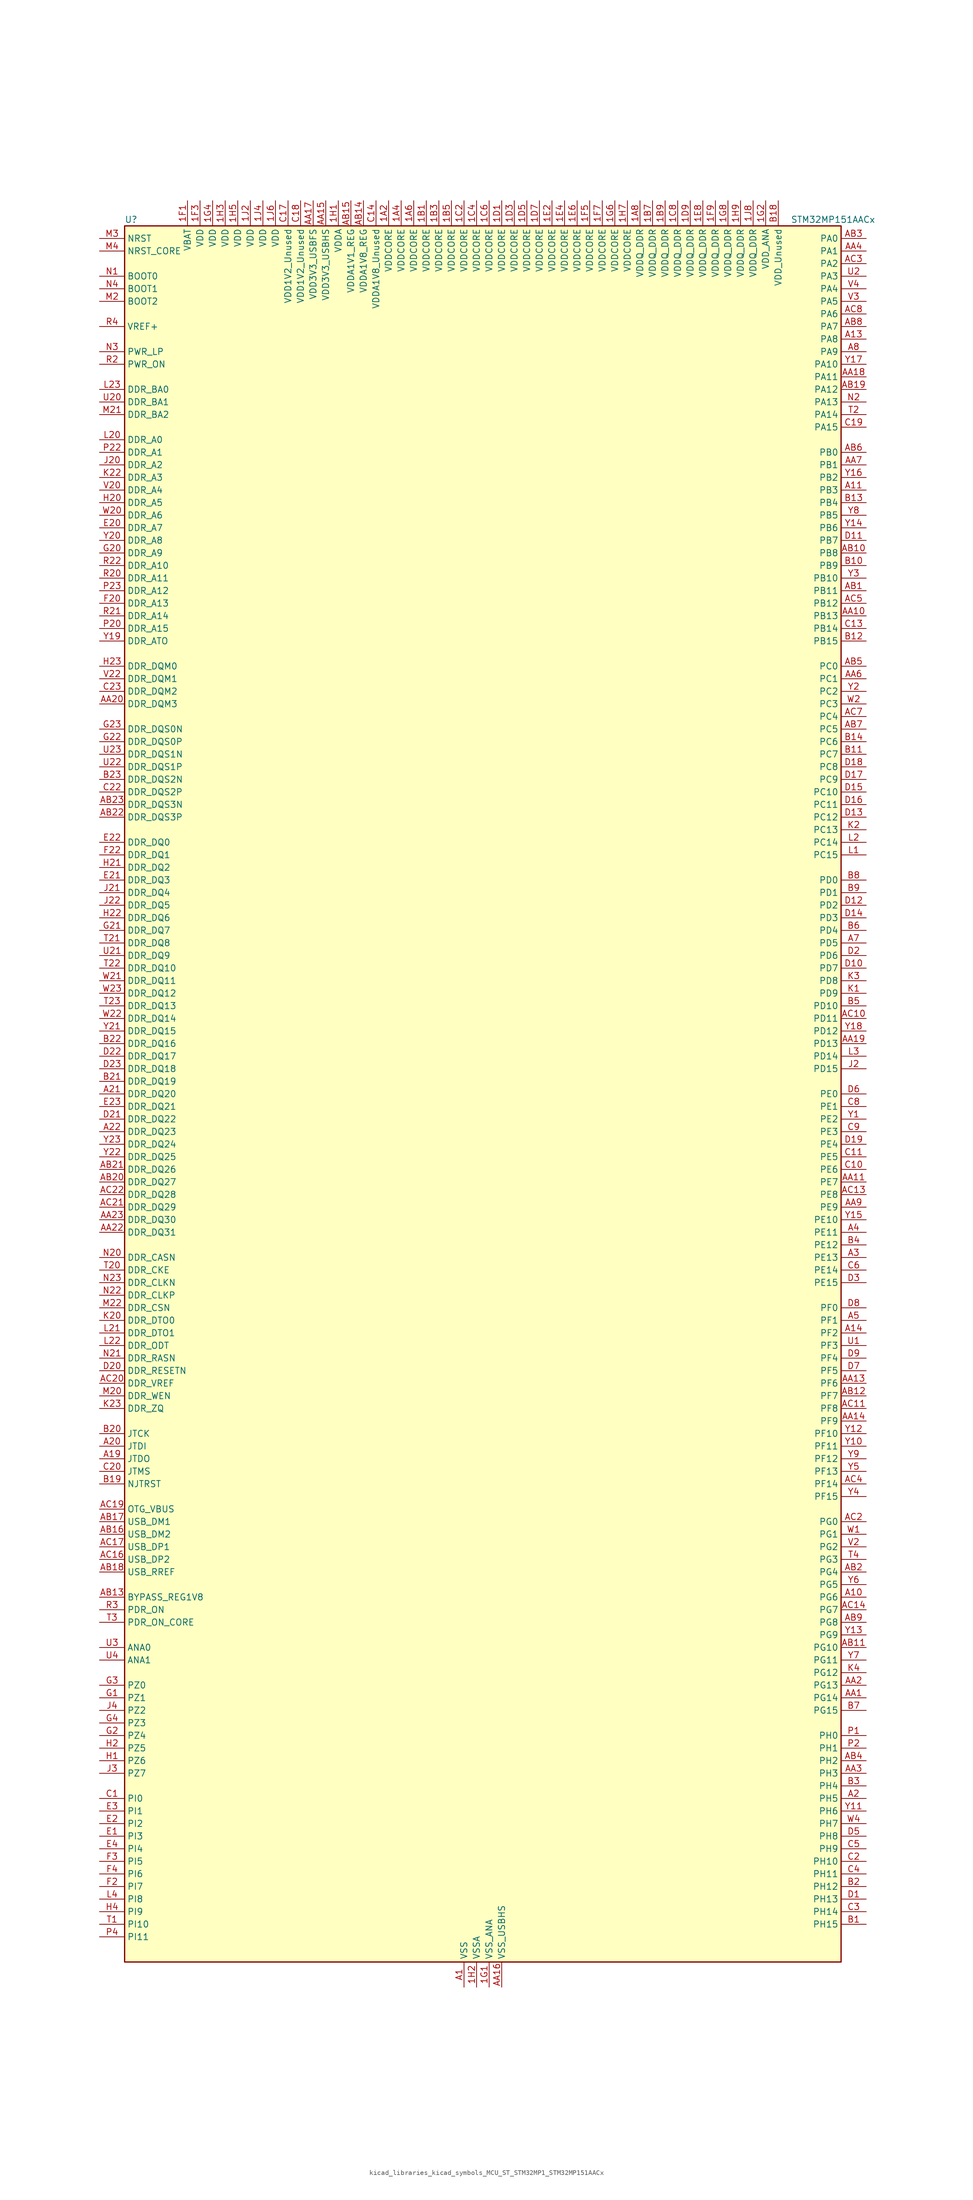
<source format=kicad_sym>
(kicad_symbol_lib
  (version 20220914)
  (generator kicad_symbol_editor)
  (symbol "kicad_libraries_kicad_symbols_MCU_ST_STM32MP1_STM32MP151AACx"
    (property "Reference" "U"
      (at -71.12 176.53 0)
      (effects (font (size 1.27 1.27)) (justify left)))
    (property "Value" "STM32MP151AACx"
      (at 63.5 176.53 0)
      (effects (font (size 1.27 1.27)) (justify left)))
    (property "ki_locked" ""
      (at 0 0 0)
      (effects (font (size 1.27 1.27))))
    (symbol "kicad_libraries_kicad_symbols_MCU_ST_STM32MP1_STM32MP151AACx_0_1"
      (rectangle (start -71.12 -175.26) (end 73.66 175.26) (stroke (width 0.254) (type default)) (fill (type background))))
    (symbol "kicad_libraries_kicad_symbols_MCU_ST_STM32MP1_STM32MP151AACx_1_1"
      (pin power_in line (at -17.78 180.34 270) (length 5.08) (name "VDDCORE" (effects (font (size 1.27 1.27)))) (number "1A2" (effects (font (size 1.27 1.27)))))
      (pin passive line (at -2.54 -180.34 90) (length 5.08) hide (name "VSS" (effects (font (size 1.27 1.27)))) (number "1A3" (effects (font (size 1.27 1.27)))))
      (pin power_in line (at -15.24 180.34 270) (length 5.08) (name "VDDCORE" (effects (font (size 1.27 1.27)))) (number "1A4" (effects (font (size 1.27 1.27)))))
      (pin passive line (at -2.54 -180.34 90) (length 5.08) hide (name "VSS" (effects (font (size 1.27 1.27)))) (number "1A5" (effects (font (size 1.27 1.27)))))
      (pin power_in line (at -12.7 180.34 270) (length 5.08) (name "VDDCORE" (effects (font (size 1.27 1.27)))) (number "1A6" (effects (font (size 1.27 1.27)))))
      (pin passive line (at -2.54 -180.34 90) (length 5.08) hide (name "VSS" (effects (font (size 1.27 1.27)))) (number "1A7" (effects (font (size 1.27 1.27)))))
      (pin power_in line (at 33.02 180.34 270) (length 5.08) (name "VDDQ_DDR" (effects (font (size 1.27 1.27)))) (number "1A8" (effects (font (size 1.27 1.27)))))
      (pin power_in line (at -10.16 180.34 270) (length 5.08) (name "VDDCORE" (effects (font (size 1.27 1.27)))) (number "1B1" (effects (font (size 1.27 1.27)))))
      (pin passive line (at -2.54 -180.34 90) (length 5.08) hide (name "VSS" (effects (font (size 1.27 1.27)))) (number "1B2" (effects (font (size 1.27 1.27)))))
      (pin power_in line (at -7.62 180.34 270) (length 5.08) (name "VDDCORE" (effects (font (size 1.27 1.27)))) (number "1B3" (effects (font (size 1.27 1.27)))))
      (pin passive line (at -2.54 -180.34 90) (length 5.08) hide (name "VSS" (effects (font (size 1.27 1.27)))) (number "1B4" (effects (font (size 1.27 1.27)))))
      (pin power_in line (at -5.08 180.34 270) (length 5.08) (name "VDDCORE" (effects (font (size 1.27 1.27)))) (number "1B5" (effects (font (size 1.27 1.27)))))
      (pin passive line (at -2.54 -180.34 90) (length 5.08) hide (name "VSS" (effects (font (size 1.27 1.27)))) (number "1B6" (effects (font (size 1.27 1.27)))))
      (pin power_in line (at 35.56 180.34 270) (length 5.08) (name "VDDQ_DDR" (effects (font (size 1.27 1.27)))) (number "1B7" (effects (font (size 1.27 1.27)))))
      (pin passive line (at -2.54 -180.34 90) (length 5.08) hide (name "VSS" (effects (font (size 1.27 1.27)))) (number "1B8" (effects (font (size 1.27 1.27)))))
      (pin power_in line (at 38.1 180.34 270) (length 5.08) (name "VDDQ_DDR" (effects (font (size 1.27 1.27)))) (number "1B9" (effects (font (size 1.27 1.27)))))
      (pin passive line (at -2.54 -180.34 90) (length 5.08) hide (name "VSS" (effects (font (size 1.27 1.27)))) (number "1C1" (effects (font (size 1.27 1.27)))))
      (pin power_in line (at -2.54 180.34 270) (length 5.08) (name "VDDCORE" (effects (font (size 1.27 1.27)))) (number "1C2" (effects (font (size 1.27 1.27)))))
      (pin passive line (at -2.54 -180.34 90) (length 5.08) hide (name "VSS" (effects (font (size 1.27 1.27)))) (number "1C3" (effects (font (size 1.27 1.27)))))
      (pin power_in line (at 0 180.34 270) (length 5.08) (name "VDDCORE" (effects (font (size 1.27 1.27)))) (number "1C4" (effects (font (size 1.27 1.27)))))
      (pin passive line (at -2.54 -180.34 90) (length 5.08) hide (name "VSS" (effects (font (size 1.27 1.27)))) (number "1C5" (effects (font (size 1.27 1.27)))))
      (pin power_in line (at 2.54 180.34 270) (length 5.08) (name "VDDCORE" (effects (font (size 1.27 1.27)))) (number "1C6" (effects (font (size 1.27 1.27)))))
      (pin passive line (at -2.54 -180.34 90) (length 5.08) hide (name "VSS" (effects (font (size 1.27 1.27)))) (number "1C7" (effects (font (size 1.27 1.27)))))
      (pin power_in line (at 40.64 180.34 270) (length 5.08) (name "VDDQ_DDR" (effects (font (size 1.27 1.27)))) (number "1C8" (effects (font (size 1.27 1.27)))))
      (pin passive line (at -2.54 -180.34 90) (length 5.08) hide (name "VSS" (effects (font (size 1.27 1.27)))) (number "1C9" (effects (font (size 1.27 1.27)))))
      (pin power_in line (at 5.08 180.34 270) (length 5.08) (name "VDDCORE" (effects (font (size 1.27 1.27)))) (number "1D1" (effects (font (size 1.27 1.27)))))
      (pin passive line (at -2.54 -180.34 90) (length 5.08) hide (name "VSS" (effects (font (size 1.27 1.27)))) (number "1D2" (effects (font (size 1.27 1.27)))))
      (pin power_in line (at 7.62 180.34 270) (length 5.08) (name "VDDCORE" (effects (font (size 1.27 1.27)))) (number "1D3" (effects (font (size 1.27 1.27)))))
      (pin passive line (at -2.54 -180.34 90) (length 5.08) hide (name "VSS" (effects (font (size 1.27 1.27)))) (number "1D4" (effects (font (size 1.27 1.27)))))
      (pin power_in line (at 10.16 180.34 270) (length 5.08) (name "VDDCORE" (effects (font (size 1.27 1.27)))) (number "1D5" (effects (font (size 1.27 1.27)))))
      (pin passive line (at -2.54 -180.34 90) (length 5.08) hide (name "VSS" (effects (font (size 1.27 1.27)))) (number "1D6" (effects (font (size 1.27 1.27)))))
      (pin power_in line (at 12.7 180.34 270) (length 5.08) (name "VDDCORE" (effects (font (size 1.27 1.27)))) (number "1D7" (effects (font (size 1.27 1.27)))))
      (pin passive line (at -2.54 -180.34 90) (length 5.08) hide (name "VSS" (effects (font (size 1.27 1.27)))) (number "1D8" (effects (font (size 1.27 1.27)))))
      (pin power_in line (at 43.18 180.34 270) (length 5.08) (name "VDDQ_DDR" (effects (font (size 1.27 1.27)))) (number "1D9" (effects (font (size 1.27 1.27)))))
      (pin passive line (at -2.54 -180.34 90) (length 5.08) hide (name "VSS" (effects (font (size 1.27 1.27)))) (number "1E1" (effects (font (size 1.27 1.27)))))
      (pin power_in line (at 15.24 180.34 270) (length 5.08) (name "VDDCORE" (effects (font (size 1.27 1.27)))) (number "1E2" (effects (font (size 1.27 1.27)))))
      (pin passive line (at -2.54 -180.34 90) (length 5.08) hide (name "VSS" (effects (font (size 1.27 1.27)))) (number "1E3" (effects (font (size 1.27 1.27)))))
      (pin power_in line (at 17.78 180.34 270) (length 5.08) (name "VDDCORE" (effects (font (size 1.27 1.27)))) (number "1E4" (effects (font (size 1.27 1.27)))))
      (pin passive line (at -2.54 -180.34 90) (length 5.08) hide (name "VSS" (effects (font (size 1.27 1.27)))) (number "1E5" (effects (font (size 1.27 1.27)))))
      (pin power_in line (at 20.32 180.34 270) (length 5.08) (name "VDDCORE" (effects (font (size 1.27 1.27)))) (number "1E6" (effects (font (size 1.27 1.27)))))
      (pin passive line (at -2.54 -180.34 90) (length 5.08) hide (name "VSS" (effects (font (size 1.27 1.27)))) (number "1E7" (effects (font (size 1.27 1.27)))))
      (pin power_in line (at 45.72 180.34 270) (length 5.08) (name "VDDQ_DDR" (effects (font (size 1.27 1.27)))) (number "1E8" (effects (font (size 1.27 1.27)))))
      (pin passive line (at -2.54 -180.34 90) (length 5.08) hide (name "VSS" (effects (font (size 1.27 1.27)))) (number "1E9" (effects (font (size 1.27 1.27)))))
      (pin power_in line (at -58.42 180.34 270) (length 5.08) (name "VBAT" (effects (font (size 1.27 1.27)))) (number "1F1" (effects (font (size 1.27 1.27)))))
      (pin passive line (at -2.54 -180.34 90) (length 5.08) hide (name "VSS" (effects (font (size 1.27 1.27)))) (number "1F2" (effects (font (size 1.27 1.27)))))
      (pin power_in line (at -55.88 180.34 270) (length 5.08) (name "VDD" (effects (font (size 1.27 1.27)))) (number "1F3" (effects (font (size 1.27 1.27)))))
      (pin passive line (at -2.54 -180.34 90) (length 5.08) hide (name "VSS" (effects (font (size 1.27 1.27)))) (number "1F4" (effects (font (size 1.27 1.27)))))
      (pin power_in line (at 22.86 180.34 270) (length 5.08) (name "VDDCORE" (effects (font (size 1.27 1.27)))) (number "1F5" (effects (font (size 1.27 1.27)))))
      (pin passive line (at -2.54 -180.34 90) (length 5.08) hide (name "VSS" (effects (font (size 1.27 1.27)))) (number "1F6" (effects (font (size 1.27 1.27)))))
      (pin power_in line (at 25.4 180.34 270) (length 5.08) (name "VDDCORE" (effects (font (size 1.27 1.27)))) (number "1F7" (effects (font (size 1.27 1.27)))))
      (pin passive line (at -2.54 -180.34 90) (length 5.08) hide (name "VSS" (effects (font (size 1.27 1.27)))) (number "1F8" (effects (font (size 1.27 1.27)))))
      (pin power_in line (at 48.26 180.34 270) (length 5.08) (name "VDDQ_DDR" (effects (font (size 1.27 1.27)))) (number "1F9" (effects (font (size 1.27 1.27)))))
      (pin power_in line (at 2.54 -180.34 90) (length 5.08) (name "VSS_ANA" (effects (font (size 1.27 1.27)))) (number "1G1" (effects (font (size 1.27 1.27)))))
      (pin power_in line (at 58.42 180.34 270) (length 5.08) (name "VDD_ANA" (effects (font (size 1.27 1.27)))) (number "1G2" (effects (font (size 1.27 1.27)))))
      (pin passive line (at -2.54 -180.34 90) (length 5.08) hide (name "VSS" (effects (font (size 1.27 1.27)))) (number "1G3" (effects (font (size 1.27 1.27)))))
      (pin power_in line (at -53.34 180.34 270) (length 5.08) (name "VDD" (effects (font (size 1.27 1.27)))) (number "1G4" (effects (font (size 1.27 1.27)))))
      (pin passive line (at -2.54 -180.34 90) (length 5.08) hide (name "VSS" (effects (font (size 1.27 1.27)))) (number "1G5" (effects (font (size 1.27 1.27)))))
      (pin power_in line (at 27.94 180.34 270) (length 5.08) (name "VDDCORE" (effects (font (size 1.27 1.27)))) (number "1G6" (effects (font (size 1.27 1.27)))))
      (pin passive line (at -2.54 -180.34 90) (length 5.08) hide (name "VSS" (effects (font (size 1.27 1.27)))) (number "1G7" (effects (font (size 1.27 1.27)))))
      (pin power_in line (at 50.8 180.34 270) (length 5.08) (name "VDDQ_DDR" (effects (font (size 1.27 1.27)))) (number "1G8" (effects (font (size 1.27 1.27)))))
      (pin passive line (at -2.54 -180.34 90) (length 5.08) hide (name "VSS" (effects (font (size 1.27 1.27)))) (number "1G9" (effects (font (size 1.27 1.27)))))
      (pin power_in line (at -27.94 180.34 270) (length 5.08) (name "VDDA" (effects (font (size 1.27 1.27)))) (number "1H1" (effects (font (size 1.27 1.27)))))
      (pin power_in line (at 0 -180.34 90) (length 5.08) (name "VSSA" (effects (font (size 1.27 1.27)))) (number "1H2" (effects (font (size 1.27 1.27)))))
      (pin power_in line (at -50.8 180.34 270) (length 5.08) (name "VDD" (effects (font (size 1.27 1.27)))) (number "1H3" (effects (font (size 1.27 1.27)))))
      (pin passive line (at -2.54 -180.34 90) (length 5.08) hide (name "VSS" (effects (font (size 1.27 1.27)))) (number "1H4" (effects (font (size 1.27 1.27)))))
      (pin power_in line (at -48.26 180.34 270) (length 5.08) (name "VDD" (effects (font (size 1.27 1.27)))) (number "1H5" (effects (font (size 1.27 1.27)))))
      (pin passive line (at -2.54 -180.34 90) (length 5.08) hide (name "VSS" (effects (font (size 1.27 1.27)))) (number "1H6" (effects (font (size 1.27 1.27)))))
      (pin power_in line (at 30.48 180.34 270) (length 5.08) (name "VDDCORE" (effects (font (size 1.27 1.27)))) (number "1H7" (effects (font (size 1.27 1.27)))))
      (pin passive line (at -2.54 -180.34 90) (length 5.08) hide (name "VSS" (effects (font (size 1.27 1.27)))) (number "1H8" (effects (font (size 1.27 1.27)))))
      (pin power_in line (at 53.34 180.34 270) (length 5.08) (name "VDDQ_DDR" (effects (font (size 1.27 1.27)))) (number "1H9" (effects (font (size 1.27 1.27)))))
      (pin power_in line (at -45.72 180.34 270) (length 5.08) (name "VDD" (effects (font (size 1.27 1.27)))) (number "1J2" (effects (font (size 1.27 1.27)))))
      (pin passive line (at -2.54 -180.34 90) (length 5.08) hide (name "VSS" (effects (font (size 1.27 1.27)))) (number "1J3" (effects (font (size 1.27 1.27)))))
      (pin power_in line (at -43.18 180.34 270) (length 5.08) (name "VDD" (effects (font (size 1.27 1.27)))) (number "1J4" (effects (font (size 1.27 1.27)))))
      (pin passive line (at -2.54 -180.34 90) (length 5.08) hide (name "VSS" (effects (font (size 1.27 1.27)))) (number "1J5" (effects (font (size 1.27 1.27)))))
      (pin power_in line (at -40.64 180.34 270) (length 5.08) (name "VDD" (effects (font (size 1.27 1.27)))) (number "1J6" (effects (font (size 1.27 1.27)))))
      (pin passive line (at -2.54 -180.34 90) (length 5.08) hide (name "VSS" (effects (font (size 1.27 1.27)))) (number "1J7" (effects (font (size 1.27 1.27)))))
      (pin power_in line (at 55.88 180.34 270) (length 5.08) (name "VDDQ_DDR" (effects (font (size 1.27 1.27)))) (number "1J8" (effects (font (size 1.27 1.27)))))
      (pin power_in line (at -2.54 -180.34 90) (length 5.08) (name "VSS" (effects (font (size 1.27 1.27)))) (number "A1" (effects (font (size 1.27 1.27)))))
      (pin bidirectional line (at 78.74 -101.6 180) (length 5.08) (name "PG6" (effects (font (size 1.27 1.27)))) (number "A10" (effects (font (size 1.27 1.27)))) (alternate "DCMI_D12" bidirectional line) (alternate "DEBUG_TRACED14" bidirectional line) (alternate "LTDC_R7" bidirectional line) (alternate "SDMMC2_CMD" bidirectional line) (alternate "TIM17_BKIN" bidirectional line))
      (pin bidirectional line (at 78.74 121.92 180) (length 5.08) (name "PB3" (effects (font (size 1.27 1.27)))) (number "A11" (effects (font (size 1.27 1.27)))) (alternate "DEBUG_TRACED9" bidirectional line) (alternate "I2S1_CK" bidirectional line) (alternate "I2S3_CK" bidirectional line) (alternate "SAI4_CK1" bidirectional line) (alternate "SAI4_MCLK_A" bidirectional line) (alternate "SDMMC2_D2" bidirectional line) (alternate "SPI1_SCK" bidirectional line) (alternate "SPI3_SCK" bidirectional line) (alternate "SPI6_SCK" bidirectional line) (alternate "TIM2_CH2" bidirectional line) (alternate "UART7_RX" bidirectional line))
      (pin bidirectional line (at 78.74 152.4 180) (length 5.08) (name "PA8" (effects (font (size 1.27 1.27)))) (number "A13" (effects (font (size 1.27 1.27)))) (alternate "I2C3_SCL" bidirectional line) (alternate "I2S3_SDO" bidirectional line) (alternate "LTDC_R6" bidirectional line) (alternate "RCC_MCO_1" bidirectional line) (alternate "SAI4_SD_B" bidirectional line) (alternate "SDMMC2_CKIN" bidirectional line) (alternate "SDMMC2_D4" bidirectional line) (alternate "SPI3_MOSI" bidirectional line) (alternate "TIM1_CH1" bidirectional line) (alternate "TIM8_BKIN2" bidirectional line) (alternate "UART7_RX" bidirectional line) (alternate "USART1_CK" bidirectional line) (alternate "USB_OTG_HS_SOF" bidirectional line))
      (pin bidirectional line (at 78.74 -48.26 180) (length 5.08) (name "PF2" (effects (font (size 1.27 1.27)))) (number "A14" (effects (font (size 1.27 1.27)))) (alternate "FMC_A2" bidirectional line) (alternate "I2C2_SMBA" bidirectional line) (alternate "SDMMC1_D0DIR" bidirectional line) (alternate "SDMMC2_D0DIR" bidirectional line) (alternate "SDMMC3_D0DIR" bidirectional line))
      (pin no_connect line (at -71.12 -175.26 0) (length 5.08) hide (name "DNU" (effects (font (size 1.27 1.27)))) (number "A16" (effects (font (size 1.27 1.27)))))
      (pin no_connect line (at -71.12 -172.72 0) (length 5.08) hide (name "DNU" (effects (font (size 1.27 1.27)))) (number "A17" (effects (font (size 1.27 1.27)))))
      (pin bidirectional line (at -76.2 -73.66 0) (length 5.08) (name "JTDO" (effects (font (size 1.27 1.27)))) (number "A19" (effects (font (size 1.27 1.27)))) (alternate "DEBUG_JTDO-SWO" bidirectional line))
      (pin bidirectional line (at 78.74 -142.24 180) (length 5.08) (name "PH5" (effects (font (size 1.27 1.27)))) (number "A2" (effects (font (size 1.27 1.27)))) (alternate "I2C2_SDA" bidirectional line) (alternate "SAI4_SD_B" bidirectional line) (alternate "SPI5_NSS" bidirectional line))
      (pin bidirectional line (at -76.2 -71.12 0) (length 5.08) (name "JTDI" (effects (font (size 1.27 1.27)))) (number "A20" (effects (font (size 1.27 1.27)))) (alternate "DEBUG_JTDI" bidirectional line))
      (pin bidirectional line (at -76.2 0 0) (length 5.08) (name "DDR_DQ20" (effects (font (size 1.27 1.27)))) (number "A21" (effects (font (size 1.27 1.27)))) (alternate "DDR_DQ20" bidirectional line))
      (pin bidirectional line (at -76.2 -7.62 0) (length 5.08) (name "DDR_DQ23" (effects (font (size 1.27 1.27)))) (number "A22" (effects (font (size 1.27 1.27)))) (alternate "DDR_DQ23" bidirectional line))
      (pin passive line (at -2.54 -180.34 90) (length 5.08) hide (name "VSS" (effects (font (size 1.27 1.27)))) (number "A23" (effects (font (size 1.27 1.27)))))
      (pin bidirectional line (at 78.74 -33.02 180) (length 5.08) (name "PE13" (effects (font (size 1.27 1.27)))) (number "A3" (effects (font (size 1.27 1.27)))) (alternate "DCMI_D6" bidirectional line) (alternate "DFSDM1_CKIN5" bidirectional line) (alternate "FMC_D10" bidirectional line) (alternate "FMC_DA10" bidirectional line) (alternate "HDP_HDP2" bidirectional line) (alternate "LTDC_DE" bidirectional line) (alternate "SAI2_FS_B" bidirectional line) (alternate "SPI4_MISO" bidirectional line) (alternate "TIM1_CH3" bidirectional line))
      (pin bidirectional line (at 78.74 -27.94 180) (length 5.08) (name "PE11" (effects (font (size 1.27 1.27)))) (number "A4" (effects (font (size 1.27 1.27)))) (alternate "ADC1_EXTI11" bidirectional line) (alternate "ADC2_EXTI11" bidirectional line) (alternate "DCMI_D4" bidirectional line) (alternate "DFSDM1_CKIN4" bidirectional line) (alternate "FMC_D8" bidirectional line) (alternate "FMC_DA8" bidirectional line) (alternate "LTDC_G3" bidirectional line) (alternate "SAI2_SD_B" bidirectional line) (alternate "SPI4_NSS" bidirectional line) (alternate "TIM1_CH2" bidirectional line) (alternate "USART6_CK" bidirectional line))
      (pin bidirectional line (at 78.74 -45.72 180) (length 5.08) (name "PF1" (effects (font (size 1.27 1.27)))) (number "A5" (effects (font (size 1.27 1.27)))) (alternate "FMC_A1" bidirectional line) (alternate "I2C2_SCL" bidirectional line) (alternate "SDMMC3_CDIR" bidirectional line) (alternate "SDMMC3_CMD" bidirectional line))
      (pin bidirectional line (at 78.74 30.48 180) (length 5.08) (name "PD5" (effects (font (size 1.27 1.27)))) (number "A7" (effects (font (size 1.27 1.27)))) (alternate "FMC_NWE" bidirectional line) (alternate "SDMMC3_D2" bidirectional line) (alternate "USART2_TX" bidirectional line))
      (pin bidirectional line (at 78.74 149.86 180) (length 5.08) (name "PA9" (effects (font (size 1.27 1.27)))) (number "A8" (effects (font (size 1.27 1.27)))) (alternate "DAC1_EXTI9" bidirectional line) (alternate "DCMI_D0" bidirectional line) (alternate "I2C3_SMBA" bidirectional line) (alternate "I2S2_CK" bidirectional line) (alternate "LTDC_R5" bidirectional line) (alternate "SDMMC2_CDIR" bidirectional line) (alternate "SDMMC2_D5" bidirectional line) (alternate "SPI2_SCK" bidirectional line) (alternate "TIM1_CH2" bidirectional line) (alternate "USART1_TX" bidirectional line))
      (pin bidirectional line (at 78.74 -121.92 180) (length 5.08) (name "PG14" (effects (font (size 1.27 1.27)))) (number "AA1" (effects (font (size 1.27 1.27)))) (alternate "DEBUG_TRACED1" bidirectional line) (alternate "ETH1_TXD1" bidirectional line) (alternate "FMC_A25" bidirectional line) (alternate "LPTIM1_ETR" bidirectional line) (alternate "LTDC_B0" bidirectional line) (alternate "QUADSPI_BK2_IO3" bidirectional line) (alternate "SAI4_D1" bidirectional line) (alternate "SAI4_SD_A" bidirectional line) (alternate "SPI6_MOSI" bidirectional line) (alternate "USART6_TX" bidirectional line))
      (pin bidirectional line (at 78.74 96.52 180) (length 5.08) (name "PB13" (effects (font (size 1.27 1.27)))) (number "AA10" (effects (font (size 1.27 1.27)))) (alternate "DFSDM1_CKIN1" bidirectional line) (alternate "DFSDM1_CKOUT" bidirectional line) (alternate "ETH1_TXD1" bidirectional line) (alternate "I2S2_CK" bidirectional line) (alternate "LPTIM2_OUT" bidirectional line) (alternate "SPI2_SCK" bidirectional line) (alternate "TIM1_CH1N" bidirectional line) (alternate "UART5_TX" bidirectional line) (alternate "USART3_CTS" bidirectional line) (alternate "USART3_NSS" bidirectional line))
      (pin bidirectional line (at 78.74 -17.78 180) (length 5.08) (name "PE7" (effects (font (size 1.27 1.27)))) (number "AA11" (effects (font (size 1.27 1.27)))) (alternate "DFSDM1_DATIN2" bidirectional line) (alternate "FMC_D4" bidirectional line) (alternate "FMC_DA4" bidirectional line) (alternate "QUADSPI_BK2_IO0" bidirectional line) (alternate "TIM1_ETR" bidirectional line) (alternate "TIM3_ETR" bidirectional line) (alternate "UART7_RX" bidirectional line))
      (pin passive line (at -2.54 -180.34 90) (length 5.08) hide (name "VSS" (effects (font (size 1.27 1.27)))) (number "AA12" (effects (font (size 1.27 1.27)))))
      (pin bidirectional line (at 78.74 -58.42 180) (length 5.08) (name "PF6" (effects (font (size 1.27 1.27)))) (number "AA13" (effects (font (size 1.27 1.27)))) (alternate "QUADSPI_BK1_IO3" bidirectional line) (alternate "SAI1_SD_B" bidirectional line) (alternate "SAI4_SCK_B" bidirectional line) (alternate "SPI5_NSS" bidirectional line) (alternate "TIM16_CH1" bidirectional line) (alternate "UART7_RX" bidirectional line))
      (pin bidirectional line (at 78.74 -66.04 180) (length 5.08) (name "PF9" (effects (font (size 1.27 1.27)))) (number "AA14" (effects (font (size 1.27 1.27)))) (alternate "DAC1_EXTI9" bidirectional line) (alternate "DEBUG_TRACED13" bidirectional line) (alternate "QUADSPI_BK1_IO1" bidirectional line) (alternate "SAI1_FS_B" bidirectional line) (alternate "SPI5_MOSI" bidirectional line) (alternate "TIM14_CH1" bidirectional line) (alternate "TIM17_CH1N" bidirectional line) (alternate "UART7_CTS" bidirectional line))
      (pin power_in line (at -30.48 180.34 270) (length 5.08) (name "VDD3V3_USBHS" (effects (font (size 1.27 1.27)))) (number "AA15" (effects (font (size 1.27 1.27)))))
      (pin power_in line (at 5.08 -180.34 90) (length 5.08) (name "VSS_USBHS" (effects (font (size 1.27 1.27)))) (number "AA16" (effects (font (size 1.27 1.27)))))
      (pin power_in line (at -33.02 180.34 270) (length 5.08) (name "VDD3V3_USBFS" (effects (font (size 1.27 1.27)))) (number "AA17" (effects (font (size 1.27 1.27)))))
      (pin bidirectional line (at 78.74 144.78 180) (length 5.08) (name "PA11" (effects (font (size 1.27 1.27)))) (number "AA18" (effects (font (size 1.27 1.27)))) (alternate "ADC1_EXTI11" bidirectional line) (alternate "ADC2_EXTI11" bidirectional line) (alternate "I2C5_SCL" bidirectional line) (alternate "I2C6_SCL" bidirectional line) (alternate "I2S2_WS" bidirectional line) (alternate "LTDC_R4" bidirectional line) (alternate "SPI2_NSS" bidirectional line) (alternate "TIM1_CH4" bidirectional line) (alternate "UART4_RX" bidirectional line) (alternate "USART1_CTS" bidirectional line) (alternate "USART1_NSS" bidirectional line))
      (pin bidirectional line (at 78.74 10.16 180) (length 5.08) (name "PD13" (effects (font (size 1.27 1.27)))) (number "AA19" (effects (font (size 1.27 1.27)))) (alternate "FMC_A18" bidirectional line) (alternate "I2C1_SDA" bidirectional line) (alternate "I2C4_SDA" bidirectional line) (alternate "I2S3_MCK" bidirectional line) (alternate "LPTIM1_OUT" bidirectional line) (alternate "QUADSPI_BK1_IO3" bidirectional line) (alternate "SAI2_SCK_A" bidirectional line) (alternate "TIM4_CH2" bidirectional line))
      (pin bidirectional line (at 78.74 -119.38 180) (length 5.08) (name "PG13" (effects (font (size 1.27 1.27)))) (number "AA2" (effects (font (size 1.27 1.27)))) (alternate "DEBUG_TRACED0" bidirectional line) (alternate "ETH1_TXD0" bidirectional line) (alternate "FMC_A24" bidirectional line) (alternate "LPTIM1_OUT" bidirectional line) (alternate "LTDC_R0" bidirectional line) (alternate "SAI1_CK2" bidirectional line) (alternate "SAI1_SCK_A" bidirectional line) (alternate "SAI4_CK1" bidirectional line) (alternate "SAI4_MCLK_A" bidirectional line) (alternate "SPI6_SCK" bidirectional line) (alternate "USART6_CTS" bidirectional line) (alternate "USART6_NSS" bidirectional line))
      (pin bidirectional line (at -76.2 78.74 0) (length 5.08) (name "DDR_DQM3" (effects (font (size 1.27 1.27)))) (number "AA20" (effects (font (size 1.27 1.27)))) (alternate "DDR_DQM3" bidirectional line))
      (pin passive line (at -2.54 -180.34 90) (length 5.08) hide (name "VSS" (effects (font (size 1.27 1.27)))) (number "AA21" (effects (font (size 1.27 1.27)))))
      (pin bidirectional line (at -76.2 -27.94 0) (length 5.08) (name "DDR_DQ31" (effects (font (size 1.27 1.27)))) (number "AA22" (effects (font (size 1.27 1.27)))) (alternate "DDR_DQ31" bidirectional line))
      (pin bidirectional line (at -76.2 -25.4 0) (length 5.08) (name "DDR_DQ30" (effects (font (size 1.27 1.27)))) (number "AA23" (effects (font (size 1.27 1.27)))) (alternate "DDR_DQ30" bidirectional line))
      (pin bidirectional line (at 78.74 -137.16 180) (length 5.08) (name "PH3" (effects (font (size 1.27 1.27)))) (number "AA3" (effects (font (size 1.27 1.27)))) (alternate "DFSDM1_CKIN4" bidirectional line) (alternate "ETH1_COL" bidirectional line) (alternate "LTDC_R1" bidirectional line) (alternate "QUADSPI_BK2_IO1" bidirectional line) (alternate "SAI2_MCLK_B" bidirectional line))
      (pin bidirectional line (at 78.74 170.18 180) (length 5.08) (name "PA1" (effects (font (size 1.27 1.27)))) (number "AA4" (effects (font (size 1.27 1.27)))) (alternate "ADC1_INN16" bidirectional line) (alternate "ADC1_INP17" bidirectional line) (alternate "ETH1_CLK" bidirectional line) (alternate "ETH1_REF_CLK" bidirectional line) (alternate "ETH1_RX_CLK" bidirectional line) (alternate "LPTIM3_OUT" bidirectional line) (alternate "LTDC_R2" bidirectional line) (alternate "QUADSPI_BK1_IO3" bidirectional line) (alternate "SAI2_MCLK_B" bidirectional line) (alternate "TIM15_CH1N" bidirectional line) (alternate "TIM2_CH2" bidirectional line) (alternate "TIM5_CH2" bidirectional line) (alternate "UART4_RX" bidirectional line) (alternate "USART2_DE" bidirectional line) (alternate "USART2_RTS" bidirectional line))
      (pin passive line (at -2.54 -180.34 90) (length 5.08) hide (name "VSS" (effects (font (size 1.27 1.27)))) (number "AA5" (effects (font (size 1.27 1.27)))))
      (pin bidirectional line (at 78.74 83.82 180) (length 5.08) (name "PC1" (effects (font (size 1.27 1.27)))) (number "AA6" (effects (font (size 1.27 1.27)))) (alternate "ADC1_INN10" bidirectional line) (alternate "ADC1_INP11" bidirectional line) (alternate "ADC2_INN10" bidirectional line) (alternate "ADC2_INP11" bidirectional line) (alternate "DEBUG_TRACED0" bidirectional line) (alternate "DFSDM1_CKIN4" bidirectional line) (alternate "DFSDM1_DATIN0" bidirectional line) (alternate "ETH1_MDC" bidirectional line) (alternate "I2S2_SDO" bidirectional line) (alternate "PWR_WKUP6" bidirectional line) (alternate "SAI1_D1" bidirectional line) (alternate "SAI1_SD_A" bidirectional line) (alternate "SDMMC2_CK" bidirectional line) (alternate "SPI2_MOSI" bidirectional line) (alternate "TAMP_IN3" bidirectional line))
      (pin bidirectional line (at 78.74 127 180) (length 5.08) (name "PB1" (effects (font (size 1.27 1.27)))) (number "AA7" (effects (font (size 1.27 1.27)))) (alternate "ADC1_INP5" bidirectional line) (alternate "ADC2_INP5" bidirectional line) (alternate "DFSDM1_DATIN1" bidirectional line) (alternate "ETH1_RXD3" bidirectional line) (alternate "LTDC_G0" bidirectional line) (alternate "LTDC_R6" bidirectional line) (alternate "TIM1_CH3N" bidirectional line) (alternate "TIM3_CH4" bidirectional line) (alternate "TIM8_CH3N" bidirectional line))
      (pin passive line (at -2.54 -180.34 90) (length 5.08) hide (name "VSS" (effects (font (size 1.27 1.27)))) (number "AA8" (effects (font (size 1.27 1.27)))))
      (pin bidirectional line (at 78.74 -22.86 180) (length 5.08) (name "PE9" (effects (font (size 1.27 1.27)))) (number "AA9" (effects (font (size 1.27 1.27)))) (alternate "DAC1_EXTI9" bidirectional line) (alternate "DFSDM1_CKOUT" bidirectional line) (alternate "FMC_D6" bidirectional line) (alternate "FMC_DA6" bidirectional line) (alternate "QUADSPI_BK2_IO2" bidirectional line) (alternate "TIM1_CH1" bidirectional line) (alternate "UART7_DE" bidirectional line) (alternate "UART7_RTS" bidirectional line))
      (pin bidirectional line (at 78.74 101.6 180) (length 5.08) (name "PB11" (effects (font (size 1.27 1.27)))) (number "AB1" (effects (font (size 1.27 1.27)))) (alternate "ADC1_EXTI11" bidirectional line) (alternate "ADC2_EXTI11" bidirectional line) (alternate "DFSDM1_CKIN7" bidirectional line) (alternate "ETH1_TX_CTL" bidirectional line) (alternate "ETH1_TX_EN" bidirectional line) (alternate "I2C2_SDA" bidirectional line) (alternate "LPTIM2_ETR" bidirectional line) (alternate "LTDC_G5" bidirectional line) (alternate "TIM2_CH4" bidirectional line) (alternate "USART3_RX" bidirectional line))
      (pin bidirectional line (at 78.74 109.22 180) (length 5.08) (name "PB8" (effects (font (size 1.27 1.27)))) (number "AB10" (effects (font (size 1.27 1.27)))) (alternate "DCMI_D6" bidirectional line) (alternate "DFSDM1_CKIN7" bidirectional line) (alternate "ETH1_TXD3" bidirectional line) (alternate "HDP_HDP6" bidirectional line) (alternate "I2C1_SCL" bidirectional line) (alternate "I2C4_SCL" bidirectional line) (alternate "LTDC_B6" bidirectional line) (alternate "SDMMC1_CKIN" bidirectional line) (alternate "SDMMC1_D4" bidirectional line) (alternate "SDMMC2_CKIN" bidirectional line) (alternate "SDMMC2_D4" bidirectional line) (alternate "TIM16_CH1" bidirectional line) (alternate "TIM4_CH3" bidirectional line) (alternate "UART4_RX" bidirectional line))
      (pin bidirectional line (at 78.74 -111.76 180) (length 5.08) (name "PG10" (effects (font (size 1.27 1.27)))) (number "AB11" (effects (font (size 1.27 1.27)))) (alternate "DCMI_D2" bidirectional line) (alternate "DEBUG_TRACED10" bidirectional line) (alternate "FMC_NE3" bidirectional line) (alternate "LTDC_B2" bidirectional line) (alternate "LTDC_G3" bidirectional line) (alternate "QUADSPI_BK2_IO2" bidirectional line) (alternate "SAI2_SD_B" bidirectional line) (alternate "UART8_CTS" bidirectional line))
      (pin bidirectional line (at 78.74 -60.96 180) (length 5.08) (name "PF7" (effects (font (size 1.27 1.27)))) (number "AB12" (effects (font (size 1.27 1.27)))) (alternate "QUADSPI_BK1_IO2" bidirectional line) (alternate "SAI1_MCLK_B" bidirectional line) (alternate "SPI5_SCK" bidirectional line) (alternate "TIM17_CH1" bidirectional line) (alternate "UART7_TX" bidirectional line))
      (pin bidirectional line (at -76.2 -101.6 0) (length 5.08) (name "BYPASS_REG1V8" (effects (font (size 1.27 1.27)))) (number "AB13" (effects (font (size 1.27 1.27)))))
      (pin power_in line (at -22.86 180.34 270) (length 5.08) (name "VDDA1V8_REG" (effects (font (size 1.27 1.27)))) (number "AB14" (effects (font (size 1.27 1.27)))))
      (pin power_in line (at -25.4 180.34 270) (length 5.08) (name "VDDA1V1_REG" (effects (font (size 1.27 1.27)))) (number "AB15" (effects (font (size 1.27 1.27)))))
      (pin bidirectional line (at -76.2 -88.9 0) (length 5.08) (name "USB_DM2" (effects (font (size 1.27 1.27)))) (number "AB16" (effects (font (size 1.27 1.27)))) (alternate "USBH_HS2_DM" bidirectional line) (alternate "USB_OTG_HS_DM" bidirectional line))
      (pin bidirectional line (at -76.2 -86.36 0) (length 5.08) (name "USB_DM1" (effects (font (size 1.27 1.27)))) (number "AB17" (effects (font (size 1.27 1.27)))) (alternate "USBH_HS1_DM" bidirectional line))
      (pin bidirectional line (at -76.2 -96.52 0) (length 5.08) (name "USB_RREF" (effects (font (size 1.27 1.27)))) (number "AB18" (effects (font (size 1.27 1.27)))))
      (pin bidirectional line (at 78.74 142.24 180) (length 5.08) (name "PA12" (effects (font (size 1.27 1.27)))) (number "AB19" (effects (font (size 1.27 1.27)))) (alternate "I2C5_SDA" bidirectional line) (alternate "I2C6_SDA" bidirectional line) (alternate "LTDC_R5" bidirectional line) (alternate "SAI2_FS_B" bidirectional line) (alternate "TIM1_ETR" bidirectional line) (alternate "UART4_TX" bidirectional line) (alternate "USART1_DE" bidirectional line) (alternate "USART1_RTS" bidirectional line))
      (pin bidirectional line (at 78.74 -96.52 180) (length 5.08) (name "PG4" (effects (font (size 1.27 1.27)))) (number "AB2" (effects (font (size 1.27 1.27)))) (alternate "ETH1_GTX_CLK" bidirectional line) (alternate "FMC_A14" bidirectional line) (alternate "TIM1_BKIN2" bidirectional line))
      (pin bidirectional line (at -76.2 -17.78 0) (length 5.08) (name "DDR_DQ27" (effects (font (size 1.27 1.27)))) (number "AB20" (effects (font (size 1.27 1.27)))) (alternate "DDR_DQ27" bidirectional line))
      (pin bidirectional line (at -76.2 -15.24 0) (length 5.08) (name "DDR_DQ26" (effects (font (size 1.27 1.27)))) (number "AB21" (effects (font (size 1.27 1.27)))) (alternate "DDR_DQ26" bidirectional line))
      (pin bidirectional line (at -76.2 55.88 0) (length 5.08) (name "DDR_DQS3P" (effects (font (size 1.27 1.27)))) (number "AB22" (effects (font (size 1.27 1.27)))) (alternate "DDR_DQS3P" bidirectional line))
      (pin bidirectional line (at -76.2 58.42 0) (length 5.08) (name "DDR_DQS3N" (effects (font (size 1.27 1.27)))) (number "AB23" (effects (font (size 1.27 1.27)))) (alternate "DDR_DQS3N" bidirectional line))
      (pin bidirectional line (at 78.74 172.72 180) (length 5.08) (name "PA0" (effects (font (size 1.27 1.27)))) (number "AB3" (effects (font (size 1.27 1.27)))) (alternate "ADC1_INP16" bidirectional line) (alternate "ETH1_CRS" bidirectional line) (alternate "PWR_WKUP1" bidirectional line) (alternate "SAI2_SD_B" bidirectional line) (alternate "SDMMC2_CMD" bidirectional line) (alternate "TIM15_BKIN" bidirectional line) (alternate "TIM2_CH1" bidirectional line) (alternate "TIM2_ETR" bidirectional line) (alternate "TIM5_CH1" bidirectional line) (alternate "TIM8_ETR" bidirectional line) (alternate "UART4_TX" bidirectional line) (alternate "USART2_CTS" bidirectional line) (alternate "USART2_NSS" bidirectional line))
      (pin bidirectional line (at 78.74 -134.62 180) (length 5.08) (name "PH2" (effects (font (size 1.27 1.27)))) (number "AB4" (effects (font (size 1.27 1.27)))) (alternate "ETH1_CRS" bidirectional line) (alternate "LPTIM1_IN2" bidirectional line) (alternate "LTDC_R0" bidirectional line) (alternate "QUADSPI_BK2_IO0" bidirectional line) (alternate "SAI2_SCK_B" bidirectional line))
      (pin bidirectional line (at 78.74 86.36 180) (length 5.08) (name "PC0" (effects (font (size 1.27 1.27)))) (number "AB5" (effects (font (size 1.27 1.27)))) (alternate "ADC1_INP10" bidirectional line) (alternate "ADC2_INP10" bidirectional line) (alternate "DFSDM1_CKIN0" bidirectional line) (alternate "DFSDM1_DATIN4" bidirectional line) (alternate "LPTIM2_IN2" bidirectional line) (alternate "LTDC_R5" bidirectional line) (alternate "QUADSPI_BK2_NCS" bidirectional line) (alternate "SAI2_FS_B" bidirectional line))
      (pin bidirectional line (at 78.74 129.54 180) (length 5.08) (name "PB0" (effects (font (size 1.27 1.27)))) (number "AB6" (effects (font (size 1.27 1.27)))) (alternate "ADC1_INN5" bidirectional line) (alternate "ADC1_INP9" bidirectional line) (alternate "ADC2_INN5" bidirectional line) (alternate "ADC2_INP9" bidirectional line) (alternate "DFSDM1_CKOUT" bidirectional line) (alternate "ETH1_RXD2" bidirectional line) (alternate "LTDC_G1" bidirectional line) (alternate "LTDC_R3" bidirectional line) (alternate "TIM1_CH2N" bidirectional line) (alternate "TIM3_CH3" bidirectional line) (alternate "TIM8_CH2N" bidirectional line) (alternate "UART4_CTS" bidirectional line))
      (pin bidirectional line (at 78.74 73.66 180) (length 5.08) (name "PC5" (effects (font (size 1.27 1.27)))) (number "AB7" (effects (font (size 1.27 1.27)))) (alternate "ADC1_INN4" bidirectional line) (alternate "ADC1_INP8" bidirectional line) (alternate "ADC2_INN4" bidirectional line) (alternate "ADC2_INP8" bidirectional line) (alternate "DFSDM1_DATIN2" bidirectional line) (alternate "ETH1_RXD1" bidirectional line) (alternate "SAI1_D3" bidirectional line) (alternate "SAI1_D4" bidirectional line) (alternate "SAI4_D3" bidirectional line) (alternate "SAI4_D4" bidirectional line) (alternate "SPDIFRX_IN3" bidirectional line))
      (pin bidirectional line (at 78.74 154.94 180) (length 5.08) (name "PA7" (effects (font (size 1.27 1.27)))) (number "AB8" (effects (font (size 1.27 1.27)))) (alternate "ADC1_INN3" bidirectional line) (alternate "ADC1_INP7" bidirectional line) (alternate "ADC2_INN3" bidirectional line) (alternate "ADC2_INP7" bidirectional line) (alternate "ETH1_CRS_DV" bidirectional line) (alternate "ETH1_RX_CTL" bidirectional line) (alternate "ETH1_RX_DV" bidirectional line) (alternate "I2S1_SDO" bidirectional line) (alternate "QUADSPI_CLK" bidirectional line) (alternate "SAI4_D1" bidirectional line) (alternate "SAI4_SD_A" bidirectional line) (alternate "SPI1_MOSI" bidirectional line) (alternate "SPI6_MOSI" bidirectional line) (alternate "TIM14_CH1" bidirectional line) (alternate "TIM1_CH1N" bidirectional line) (alternate "TIM3_CH2" bidirectional line) (alternate "TIM8_CH1N" bidirectional line))
      (pin bidirectional line (at 78.74 -106.68 180) (length 5.08) (name "PG8" (effects (font (size 1.27 1.27)))) (number "AB9" (effects (font (size 1.27 1.27)))) (alternate "DEBUG_TRACED15" bidirectional line) (alternate "ETH1_CLK" bidirectional line) (alternate "ETH1_PPS_OUT" bidirectional line) (alternate "LTDC_G7" bidirectional line) (alternate "SAI4_D2" bidirectional line) (alternate "SAI4_FS_A" bidirectional line) (alternate "SPDIFRX_IN2" bidirectional line) (alternate "SPI6_NSS" bidirectional line) (alternate "TIM2_CH1" bidirectional line) (alternate "TIM2_ETR" bidirectional line) (alternate "TIM8_ETR" bidirectional line) (alternate "USART3_DE" bidirectional line) (alternate "USART3_RTS" bidirectional line) (alternate "USART6_DE" bidirectional line) (alternate "USART6_RTS" bidirectional line))
      (pin passive line (at -2.54 -180.34 90) (length 5.08) hide (name "VSS" (effects (font (size 1.27 1.27)))) (number "AC1" (effects (font (size 1.27 1.27)))))
      (pin bidirectional line (at 78.74 15.24 180) (length 5.08) (name "PD11" (effects (font (size 1.27 1.27)))) (number "AC10" (effects (font (size 1.27 1.27)))) (alternate "ADC1_EXTI11" bidirectional line) (alternate "ADC2_EXTI11" bidirectional line) (alternate "FMC_A16" bidirectional line) (alternate "FMC_CLE" bidirectional line) (alternate "I2C1_SMBA" bidirectional line) (alternate "I2C4_SMBA" bidirectional line) (alternate "LPTIM2_IN2" bidirectional line) (alternate "QUADSPI_BK1_IO0" bidirectional line) (alternate "SAI2_SD_A" bidirectional line) (alternate "USART3_CTS" bidirectional line) (alternate "USART3_NSS" bidirectional line))
      (pin bidirectional line (at 78.74 -63.5 180) (length 5.08) (name "PF8" (effects (font (size 1.27 1.27)))) (number "AC11" (effects (font (size 1.27 1.27)))) (alternate "DEBUG_TRACED12" bidirectional line) (alternate "QUADSPI_BK1_IO0" bidirectional line) (alternate "SAI1_SCK_B" bidirectional line) (alternate "SPI5_MISO" bidirectional line) (alternate "TIM13_CH1" bidirectional line) (alternate "TIM16_CH1N" bidirectional line) (alternate "UART7_DE" bidirectional line) (alternate "UART7_RTS" bidirectional line))
      (pin bidirectional line (at 78.74 -20.32 180) (length 5.08) (name "PE8" (effects (font (size 1.27 1.27)))) (number "AC13" (effects (font (size 1.27 1.27)))) (alternate "DFSDM1_CKIN2" bidirectional line) (alternate "FMC_D5" bidirectional line) (alternate "FMC_DA5" bidirectional line) (alternate "QUADSPI_BK2_IO1" bidirectional line) (alternate "TIM1_CH1N" bidirectional line) (alternate "UART7_TX" bidirectional line))
      (pin bidirectional line (at 78.74 -104.14 180) (length 5.08) (name "PG7" (effects (font (size 1.27 1.27)))) (number "AC14" (effects (font (size 1.27 1.27)))) (alternate "DCMI_D13" bidirectional line) (alternate "DEBUG_TRACED5" bidirectional line) (alternate "LTDC_CLK" bidirectional line) (alternate "QUADSPI_BK2_IO3" bidirectional line) (alternate "QUADSPI_CLK" bidirectional line) (alternate "SAI1_MCLK_A" bidirectional line) (alternate "UART8_DE" bidirectional line) (alternate "UART8_RTS" bidirectional line) (alternate "USART6_CK" bidirectional line))
      (pin bidirectional line (at -76.2 -93.98 0) (length 5.08) (name "USB_DP2" (effects (font (size 1.27 1.27)))) (number "AC16" (effects (font (size 1.27 1.27)))) (alternate "USBH_HS2_DP" bidirectional line) (alternate "USB_OTG_HS_DP" bidirectional line))
      (pin bidirectional line (at -76.2 -91.44 0) (length 5.08) (name "USB_DP1" (effects (font (size 1.27 1.27)))) (number "AC17" (effects (font (size 1.27 1.27)))) (alternate "USBH_HS1_DP" bidirectional line))
      (pin bidirectional line (at -76.2 -83.82 0) (length 5.08) (name "OTG_VBUS" (effects (font (size 1.27 1.27)))) (number "AC19" (effects (font (size 1.27 1.27)))) (alternate "USB_OTG_HS_VBUS" bidirectional line))
      (pin bidirectional line (at 78.74 -86.36 180) (length 5.08) (name "PG0" (effects (font (size 1.27 1.27)))) (number "AC2" (effects (font (size 1.27 1.27)))) (alternate "DEBUG_TRACED0" bidirectional line) (alternate "DFSDM1_DATIN0" bidirectional line) (alternate "ETH1_TXD4" bidirectional line) (alternate "FMC_A10" bidirectional line))
      (pin bidirectional line (at -76.2 -58.42 0) (length 5.08) (name "DDR_VREF" (effects (font (size 1.27 1.27)))) (number "AC20" (effects (font (size 1.27 1.27)))) (alternate "DDR_VREF" bidirectional line))
      (pin bidirectional line (at -76.2 -22.86 0) (length 5.08) (name "DDR_DQ29" (effects (font (size 1.27 1.27)))) (number "AC21" (effects (font (size 1.27 1.27)))) (alternate "DDR_DQ29" bidirectional line))
      (pin bidirectional line (at -76.2 -20.32 0) (length 5.08) (name "DDR_DQ28" (effects (font (size 1.27 1.27)))) (number "AC22" (effects (font (size 1.27 1.27)))) (alternate "DDR_DQ28" bidirectional line))
      (pin passive line (at -2.54 -180.34 90) (length 5.08) hide (name "VSS" (effects (font (size 1.27 1.27)))) (number "AC23" (effects (font (size 1.27 1.27)))))
      (pin bidirectional line (at 78.74 167.64 180) (length 5.08) (name "PA2" (effects (font (size 1.27 1.27)))) (number "AC3" (effects (font (size 1.27 1.27)))) (alternate "ADC1_INP14" bidirectional line) (alternate "ETH1_MDIO" bidirectional line) (alternate "LPTIM4_OUT" bidirectional line) (alternate "LTDC_R1" bidirectional line) (alternate "PWR_WKUP2" bidirectional line) (alternate "SAI2_SCK_B" bidirectional line) (alternate "SDMMC2_D0DIR" bidirectional line) (alternate "TIM15_CH1" bidirectional line) (alternate "TIM2_CH3" bidirectional line) (alternate "TIM5_CH3" bidirectional line) (alternate "USART2_TX" bidirectional line))
      (pin bidirectional line (at 78.74 -78.74 180) (length 5.08) (name "PF14" (effects (font (size 1.27 1.27)))) (number "AC4" (effects (font (size 1.27 1.27)))) (alternate "ADC2_INN2" bidirectional line) (alternate "ADC2_INP6" bidirectional line) (alternate "DEBUG_TRACED6" bidirectional line) (alternate "DFSDM1_CKIN6" bidirectional line) (alternate "ETH1_RXD6" bidirectional line) (alternate "FMC_A8" bidirectional line) (alternate "I2C1_SCL" bidirectional line) (alternate "I2C4_SCL" bidirectional line))
      (pin bidirectional line (at 78.74 99.06 180) (length 5.08) (name "PB12" (effects (font (size 1.27 1.27)))) (number "AC5" (effects (font (size 1.27 1.27)))) (alternate "DFSDM1_DATIN1" bidirectional line) (alternate "ETH1_TXD0" bidirectional line) (alternate "I2C2_SMBA" bidirectional line) (alternate "I2C6_SMBA" bidirectional line) (alternate "I2S2_WS" bidirectional line) (alternate "SPI2_NSS" bidirectional line) (alternate "TIM1_BKIN" bidirectional line) (alternate "UART5_RX" bidirectional line) (alternate "USART3_CK" bidirectional line) (alternate "USART3_RX" bidirectional line))
      (pin bidirectional line (at 78.74 76.2 180) (length 5.08) (name "PC4" (effects (font (size 1.27 1.27)))) (number "AC7" (effects (font (size 1.27 1.27)))) (alternate "ADC1_INP4" bidirectional line) (alternate "ADC2_INP4" bidirectional line) (alternate "DFSDM1_CKIN2" bidirectional line) (alternate "ETH1_RXD0" bidirectional line) (alternate "I2S1_MCK" bidirectional line) (alternate "SPDIFRX_IN2" bidirectional line))
      (pin bidirectional line (at 78.74 157.48 180) (length 5.08) (name "PA6" (effects (font (size 1.27 1.27)))) (number "AC8" (effects (font (size 1.27 1.27)))) (alternate "ADC1_INP3" bidirectional line) (alternate "ADC2_INP3" bidirectional line) (alternate "DCMI_PIXCLK" bidirectional line) (alternate "I2S1_SDI" bidirectional line) (alternate "LTDC_G2" bidirectional line) (alternate "SAI4_CK2" bidirectional line) (alternate "SAI4_SCK_A" bidirectional line) (alternate "SPI1_MISO" bidirectional line) (alternate "SPI6_MISO" bidirectional line) (alternate "TIM13_CH1" bidirectional line) (alternate "TIM1_BKIN" bidirectional line) (alternate "TIM3_CH1" bidirectional line) (alternate "TIM8_BKIN" bidirectional line))
      (pin bidirectional line (at 78.74 -167.64 180) (length 5.08) (name "PH15" (effects (font (size 1.27 1.27)))) (number "B1" (effects (font (size 1.27 1.27)))) (alternate "ADC1_EXTI15" bidirectional line) (alternate "ADC2_EXTI15" bidirectional line) (alternate "DCMI_D11" bidirectional line) (alternate "LTDC_G4" bidirectional line) (alternate "TIM8_CH3N" bidirectional line))
      (pin bidirectional line (at 78.74 106.68 180) (length 5.08) (name "PB9" (effects (font (size 1.27 1.27)))) (number "B10" (effects (font (size 1.27 1.27)))) (alternate "DAC1_EXTI9" bidirectional line) (alternate "DCMI_D7" bidirectional line) (alternate "DFSDM1_DATIN7" bidirectional line) (alternate "HDP_HDP7" bidirectional line) (alternate "I2C1_SDA" bidirectional line) (alternate "I2C4_SDA" bidirectional line) (alternate "I2S2_WS" bidirectional line) (alternate "LTDC_B7" bidirectional line) (alternate "SDMMC1_CDIR" bidirectional line) (alternate "SDMMC1_D5" bidirectional line) (alternate "SDMMC2_CDIR" bidirectional line) (alternate "SDMMC2_D5" bidirectional line) (alternate "SPI2_NSS" bidirectional line) (alternate "TIM17_CH1" bidirectional line) (alternate "TIM4_CH4" bidirectional line) (alternate "UART4_TX" bidirectional line))
      (pin bidirectional line (at 78.74 68.58 180) (length 5.08) (name "PC7" (effects (font (size 1.27 1.27)))) (number "B11" (effects (font (size 1.27 1.27)))) (alternate "DCMI_D1" bidirectional line) (alternate "DFSDM1_DATIN3" bidirectional line) (alternate "HDP_HDP4" bidirectional line) (alternate "I2S3_MCK" bidirectional line) (alternate "LTDC_G6" bidirectional line) (alternate "SDMMC1_D123DIR" bidirectional line) (alternate "SDMMC1_D7" bidirectional line) (alternate "SDMMC2_D123DIR" bidirectional line) (alternate "SDMMC2_D7" bidirectional line) (alternate "TIM3_CH2" bidirectional line) (alternate "TIM8_CH2" bidirectional line) (alternate "USART6_RX" bidirectional line))
      (pin bidirectional line (at 78.74 91.44 180) (length 5.08) (name "PB15" (effects (font (size 1.27 1.27)))) (number "B12" (effects (font (size 1.27 1.27)))) (alternate "ADC1_EXTI15" bidirectional line) (alternate "ADC2_EXTI15" bidirectional line) (alternate "DFSDM1_CKIN2" bidirectional line) (alternate "I2S2_SDO" bidirectional line) (alternate "RTC_REFIN" bidirectional line) (alternate "SDMMC2_D1" bidirectional line) (alternate "SPI2_MOSI" bidirectional line) (alternate "TIM12_CH2" bidirectional line) (alternate "TIM1_CH3N" bidirectional line) (alternate "TIM8_CH3N" bidirectional line) (alternate "USART1_RX" bidirectional line))
      (pin bidirectional line (at 78.74 119.38 180) (length 5.08) (name "PB4" (effects (font (size 1.27 1.27)))) (number "B13" (effects (font (size 1.27 1.27)))) (alternate "DEBUG_TRACED8" bidirectional line) (alternate "I2S1_SDI" bidirectional line) (alternate "I2S2_WS" bidirectional line) (alternate "I2S3_SDI" bidirectional line) (alternate "SAI4_CK2" bidirectional line) (alternate "SAI4_SCK_A" bidirectional line) (alternate "SDMMC2_D3" bidirectional line) (alternate "SPI1_MISO" bidirectional line) (alternate "SPI2_NSS" bidirectional line) (alternate "SPI3_MISO" bidirectional line) (alternate "SPI6_MISO" bidirectional line) (alternate "TIM16_BKIN" bidirectional line) (alternate "TIM3_CH1" bidirectional line) (alternate "UART7_TX" bidirectional line))
      (pin bidirectional line (at 78.74 71.12 180) (length 5.08) (name "PC6" (effects (font (size 1.27 1.27)))) (number "B14" (effects (font (size 1.27 1.27)))) (alternate "DCMI_D0" bidirectional line) (alternate "DFSDM1_CKIN3" bidirectional line) (alternate "HDP_HDP1" bidirectional line) (alternate "I2S2_MCK" bidirectional line) (alternate "LTDC_HSYNC" bidirectional line) (alternate "SDMMC1_D0DIR" bidirectional line) (alternate "SDMMC1_D6" bidirectional line) (alternate "SDMMC2_D0DIR" bidirectional line) (alternate "SDMMC2_D6" bidirectional line) (alternate "TIM3_CH1" bidirectional line) (alternate "TIM8_CH1" bidirectional line) (alternate "USART6_TX" bidirectional line))
      (pin no_connect line (at -71.12 -170.18 0) (length 5.08) hide (name "DNU" (effects (font (size 1.27 1.27)))) (number "B15" (effects (font (size 1.27 1.27)))))
      (pin no_connect line (at -71.12 -167.64 0) (length 5.08) hide (name "DNU" (effects (font (size 1.27 1.27)))) (number "B16" (effects (font (size 1.27 1.27)))))
      (pin no_connect line (at -71.12 -165.1 0) (length 5.08) hide (name "DNU" (effects (font (size 1.27 1.27)))) (number "B17" (effects (font (size 1.27 1.27)))))
      (pin power_in line (at 60.96 180.34 270) (length 5.08) (name "VDD_Unused" (effects (font (size 1.27 1.27)))) (number "B18" (effects (font (size 1.27 1.27)))))
      (pin bidirectional line (at -76.2 -78.74 0) (length 5.08) (name "NJTRST" (effects (font (size 1.27 1.27)))) (number "B19" (effects (font (size 1.27 1.27)))) (alternate "DEBUG_JTRST" bidirectional line))
      (pin bidirectional line (at 78.74 -160.02 180) (length 5.08) (name "PH12" (effects (font (size 1.27 1.27)))) (number "B2" (effects (font (size 1.27 1.27)))) (alternate "DCMI_D3" bidirectional line) (alternate "HDP_HDP2" bidirectional line) (alternate "I2C1_SDA" bidirectional line) (alternate "I2C4_SDA" bidirectional line) (alternate "LTDC_R6" bidirectional line) (alternate "TIM5_CH3" bidirectional line))
      (pin bidirectional line (at -76.2 -68.58 0) (length 5.08) (name "JTCK" (effects (font (size 1.27 1.27)))) (number "B20" (effects (font (size 1.27 1.27)))) (alternate "DEBUG_JTCK-SWCLK" bidirectional line))
      (pin bidirectional line (at -76.2 2.54 0) (length 5.08) (name "DDR_DQ19" (effects (font (size 1.27 1.27)))) (number "B21" (effects (font (size 1.27 1.27)))) (alternate "DDR_DQ19" bidirectional line))
      (pin bidirectional line (at -76.2 10.16 0) (length 5.08) (name "DDR_DQ16" (effects (font (size 1.27 1.27)))) (number "B22" (effects (font (size 1.27 1.27)))) (alternate "DDR_DQ16" bidirectional line))
      (pin bidirectional line (at -76.2 63.5 0) (length 5.08) (name "DDR_DQS2N" (effects (font (size 1.27 1.27)))) (number "B23" (effects (font (size 1.27 1.27)))) (alternate "DDR_DQS2N" bidirectional line))
      (pin bidirectional line (at 78.74 -139.7 180) (length 5.08) (name "PH4" (effects (font (size 1.27 1.27)))) (number "B3" (effects (font (size 1.27 1.27)))) (alternate "I2C2_SCL" bidirectional line) (alternate "LTDC_G4" bidirectional line) (alternate "LTDC_G5" bidirectional line))
      (pin bidirectional line (at 78.74 -30.48 180) (length 5.08) (name "PE12" (effects (font (size 1.27 1.27)))) (number "B4" (effects (font (size 1.27 1.27)))) (alternate "DFSDM1_DATIN5" bidirectional line) (alternate "FMC_D9" bidirectional line) (alternate "FMC_DA9" bidirectional line) (alternate "LTDC_B4" bidirectional line) (alternate "SAI2_SCK_B" bidirectional line) (alternate "SDMMC1_D0DIR" bidirectional line) (alternate "SPI4_SCK" bidirectional line) (alternate "TIM1_CH3N" bidirectional line))
      (pin bidirectional line (at 78.74 17.78 180) (length 5.08) (name "PD10" (effects (font (size 1.27 1.27)))) (number "B5" (effects (font (size 1.27 1.27)))) (alternate "DFSDM1_CKOUT" bidirectional line) (alternate "FMC_D15" bidirectional line) (alternate "FMC_DA15" bidirectional line) (alternate "I2C5_SMBA" bidirectional line) (alternate "I2S3_SDI" bidirectional line) (alternate "LTDC_B3" bidirectional line) (alternate "RTC_REFIN" bidirectional line) (alternate "SAI3_FS_B" bidirectional line) (alternate "SPI3_MISO" bidirectional line) (alternate "TIM16_BKIN" bidirectional line) (alternate "USART3_CK" bidirectional line))
      (pin bidirectional line (at 78.74 33.02 180) (length 5.08) (name "PD4" (effects (font (size 1.27 1.27)))) (number "B6" (effects (font (size 1.27 1.27)))) (alternate "DFSDM1_CKIN0" bidirectional line) (alternate "FMC_NOE" bidirectional line) (alternate "SAI3_FS_A" bidirectional line) (alternate "SDMMC3_D1" bidirectional line) (alternate "USART2_DE" bidirectional line) (alternate "USART2_RTS" bidirectional line))
      (pin bidirectional line (at 78.74 -124.46 180) (length 5.08) (name "PG15" (effects (font (size 1.27 1.27)))) (number "B7" (effects (font (size 1.27 1.27)))) (alternate "ADC1_EXTI15" bidirectional line) (alternate "ADC2_EXTI15" bidirectional line) (alternate "DCMI_D13" bidirectional line) (alternate "DEBUG_TRACED7" bidirectional line) (alternate "I2C2_SDA" bidirectional line) (alternate "SAI1_D2" bidirectional line) (alternate "SAI1_FS_A" bidirectional line) (alternate "SDMMC3_CK" bidirectional line) (alternate "USART6_CTS" bidirectional line) (alternate "USART6_NSS" bidirectional line))
      (pin bidirectional line (at 78.74 43.18 180) (length 5.08) (name "PD0" (effects (font (size 1.27 1.27)))) (number "B8" (effects (font (size 1.27 1.27)))) (alternate "DFSDM1_CKIN6" bidirectional line) (alternate "DFSDM1_DATIN7" bidirectional line) (alternate "FMC_D2" bidirectional line) (alternate "FMC_DA2" bidirectional line) (alternate "I2C5_SDA" bidirectional line) (alternate "I2C6_SDA" bidirectional line) (alternate "SAI3_SCK_A" bidirectional line) (alternate "SDMMC3_CMD" bidirectional line) (alternate "UART4_RX" bidirectional line))
      (pin bidirectional line (at 78.74 40.64 180) (length 5.08) (name "PD1" (effects (font (size 1.27 1.27)))) (number "B9" (effects (font (size 1.27 1.27)))) (alternate "DFSDM1_CKIN7" bidirectional line) (alternate "DFSDM1_DATIN6" bidirectional line) (alternate "FMC_D3" bidirectional line) (alternate "FMC_DA3" bidirectional line) (alternate "I2C5_SCL" bidirectional line) (alternate "I2C6_SCL" bidirectional line) (alternate "SAI3_SD_A" bidirectional line) (alternate "SDMMC3_D0" bidirectional line) (alternate "UART4_TX" bidirectional line))
      (pin bidirectional line (at -76.2 -142.24 0) (length 5.08) (name "PI0" (effects (font (size 1.27 1.27)))) (number "C1" (effects (font (size 1.27 1.27)))) (alternate "DCMI_D13" bidirectional line) (alternate "I2S2_WS" bidirectional line) (alternate "LTDC_G5" bidirectional line) (alternate "SPI2_NSS" bidirectional line) (alternate "TIM5_CH4" bidirectional line))
      (pin bidirectional line (at 78.74 -15.24 180) (length 5.08) (name "PE6" (effects (font (size 1.27 1.27)))) (number "C10" (effects (font (size 1.27 1.27)))) (alternate "DCMI_D7" bidirectional line) (alternate "DEBUG_TRACED2" bidirectional line) (alternate "FMC_A22" bidirectional line) (alternate "LTDC_G1" bidirectional line) (alternate "SAI1_D1" bidirectional line) (alternate "SAI1_SD_A" bidirectional line) (alternate "SAI2_MCLK_B" bidirectional line) (alternate "SDMMC1_D2" bidirectional line) (alternate "SDMMC2_D0" bidirectional line) (alternate "SPI4_MOSI" bidirectional line) (alternate "TIM15_CH2" bidirectional line) (alternate "TIM1_BKIN2" bidirectional line))
      (pin bidirectional line (at 78.74 -12.7 180) (length 5.08) (name "PE5" (effects (font (size 1.27 1.27)))) (number "C11" (effects (font (size 1.27 1.27)))) (alternate "DCMI_D6" bidirectional line) (alternate "DEBUG_TRACED3" bidirectional line) (alternate "DFSDM1_CKIN3" bidirectional line) (alternate "FMC_A21" bidirectional line) (alternate "LTDC_G0" bidirectional line) (alternate "SAI1_CK2" bidirectional line) (alternate "SAI1_SCK_A" bidirectional line) (alternate "SDMMC1_D0DIR" bidirectional line) (alternate "SDMMC1_D6" bidirectional line) (alternate "SDMMC2_D0DIR" bidirectional line) (alternate "SDMMC2_D6" bidirectional line) (alternate "SPI4_MISO" bidirectional line) (alternate "TIM15_CH1" bidirectional line))
      (pin passive line (at -2.54 -180.34 90) (length 5.08) hide (name "VSS" (effects (font (size 1.27 1.27)))) (number "C12" (effects (font (size 1.27 1.27)))))
      (pin bidirectional line (at 78.74 93.98 180) (length 5.08) (name "PB14" (effects (font (size 1.27 1.27)))) (number "C13" (effects (font (size 1.27 1.27)))) (alternate "DFSDM1_DATIN2" bidirectional line) (alternate "I2S2_SDI" bidirectional line) (alternate "SDMMC2_D0" bidirectional line) (alternate "SPI2_MISO" bidirectional line) (alternate "TIM12_CH1" bidirectional line) (alternate "TIM1_CH2N" bidirectional line) (alternate "TIM8_CH2N" bidirectional line) (alternate "USART1_TX" bidirectional line) (alternate "USART3_DE" bidirectional line) (alternate "USART3_RTS" bidirectional line))
      (pin power_in line (at -20.32 180.34 270) (length 5.08) (name "VDDA1V8_Unused" (effects (font (size 1.27 1.27)))) (number "C14" (effects (font (size 1.27 1.27)))))
      (pin no_connect line (at -71.12 -162.56 0) (length 5.08) hide (name "DNU" (effects (font (size 1.27 1.27)))) (number "C15" (effects (font (size 1.27 1.27)))))
      (pin passive line (at -2.54 -180.34 90) (length 5.08) hide (name "VSS" (effects (font (size 1.27 1.27)))) (number "C16" (effects (font (size 1.27 1.27)))))
      (pin power_in line (at -38.1 180.34 270) (length 5.08) (name "VDD1V2_Unused" (effects (font (size 1.27 1.27)))) (number "C17" (effects (font (size 1.27 1.27)))))
      (pin power_in line (at -35.56 180.34 270) (length 5.08) (name "VDD1V2_Unused" (effects (font (size 1.27 1.27)))) (number "C18" (effects (font (size 1.27 1.27)))))
      (pin bidirectional line (at 78.74 134.62 180) (length 5.08) (name "PA15" (effects (font (size 1.27 1.27)))) (number "C19" (effects (font (size 1.27 1.27)))) (alternate "ADC1_EXTI15" bidirectional line) (alternate "ADC2_EXTI15" bidirectional line) (alternate "CEC" bidirectional line) (alternate "DEBUG_DBTRGI" bidirectional line) (alternate "I2S1_WS" bidirectional line) (alternate "I2S3_WS" bidirectional line) (alternate "LTDC_R1" bidirectional line) (alternate "SAI4_D2" bidirectional line) (alternate "SAI4_FS_A" bidirectional line) (alternate "SDMMC1_CDIR" bidirectional line) (alternate "SDMMC1_D5" bidirectional line) (alternate "SDMMC2_CDIR" bidirectional line) (alternate "SDMMC2_D5" bidirectional line) (alternate "SPI1_NSS" bidirectional line) (alternate "SPI3_NSS" bidirectional line) (alternate "SPI6_NSS" bidirectional line) (alternate "TIM2_CH1" bidirectional line) (alternate "TIM2_ETR" bidirectional line) (alternate "UART4_DE" bidirectional line) (alternate "UART4_RTS" bidirectional line) (alternate "UART7_TX" bidirectional line))
      (pin bidirectional line (at 78.74 -154.94 180) (length 5.08) (name "PH10" (effects (font (size 1.27 1.27)))) (number "C2" (effects (font (size 1.27 1.27)))) (alternate "DCMI_D1" bidirectional line) (alternate "I2C1_SMBA" bidirectional line) (alternate "I2C4_SMBA" bidirectional line) (alternate "LTDC_R4" bidirectional line) (alternate "TIM5_CH1" bidirectional line))
      (pin bidirectional line (at -76.2 -76.2 0) (length 5.08) (name "JTMS" (effects (font (size 1.27 1.27)))) (number "C20" (effects (font (size 1.27 1.27)))) (alternate "DEBUG_JTMS-SWDIO" bidirectional line))
      (pin passive line (at -2.54 -180.34 90) (length 5.08) hide (name "VSS" (effects (font (size 1.27 1.27)))) (number "C21" (effects (font (size 1.27 1.27)))))
      (pin bidirectional line (at -76.2 60.96 0) (length 5.08) (name "DDR_DQS2P" (effects (font (size 1.27 1.27)))) (number "C22" (effects (font (size 1.27 1.27)))) (alternate "DDR_DQS2P" bidirectional line))
      (pin bidirectional line (at -76.2 81.28 0) (length 5.08) (name "DDR_DQM2" (effects (font (size 1.27 1.27)))) (number "C23" (effects (font (size 1.27 1.27)))) (alternate "DDR_DQM2" bidirectional line))
      (pin bidirectional line (at 78.74 -165.1 180) (length 5.08) (name "PH14" (effects (font (size 1.27 1.27)))) (number "C3" (effects (font (size 1.27 1.27)))) (alternate "DCMI_D4" bidirectional line) (alternate "LTDC_G3" bidirectional line) (alternate "TIM8_CH2N" bidirectional line) (alternate "UART4_RX" bidirectional line))
      (pin bidirectional line (at 78.74 -157.48 180) (length 5.08) (name "PH11" (effects (font (size 1.27 1.27)))) (number "C4" (effects (font (size 1.27 1.27)))) (alternate "ADC1_EXTI11" bidirectional line) (alternate "ADC2_EXTI11" bidirectional line) (alternate "DCMI_D2" bidirectional line) (alternate "I2C1_SCL" bidirectional line) (alternate "I2C4_SCL" bidirectional line) (alternate "LTDC_R5" bidirectional line) (alternate "TIM5_CH2" bidirectional line))
      (pin bidirectional line (at 78.74 -152.4 180) (length 5.08) (name "PH9" (effects (font (size 1.27 1.27)))) (number "C5" (effects (font (size 1.27 1.27)))) (alternate "DAC1_EXTI9" bidirectional line) (alternate "DCMI_D0" bidirectional line) (alternate "I2C3_SMBA" bidirectional line) (alternate "LTDC_R3" bidirectional line) (alternate "TIM12_CH2" bidirectional line))
      (pin bidirectional line (at 78.74 -35.56 180) (length 5.08) (name "PE14" (effects (font (size 1.27 1.27)))) (number "C6" (effects (font (size 1.27 1.27)))) (alternate "FMC_D11" bidirectional line) (alternate "FMC_DA11" bidirectional line) (alternate "LTDC_CLK" bidirectional line) (alternate "LTDC_G0" bidirectional line) (alternate "SAI2_MCLK_B" bidirectional line) (alternate "SDMMC1_D123DIR" bidirectional line) (alternate "SPI4_MOSI" bidirectional line) (alternate "TIM1_CH4" bidirectional line) (alternate "UART8_DE" bidirectional line) (alternate "UART8_RTS" bidirectional line))
      (pin passive line (at -2.54 -180.34 90) (length 5.08) hide (name "VSS" (effects (font (size 1.27 1.27)))) (number "C7" (effects (font (size 1.27 1.27)))))
      (pin bidirectional line (at 78.74 -2.54 180) (length 5.08) (name "PE1" (effects (font (size 1.27 1.27)))) (number "C8" (effects (font (size 1.27 1.27)))) (alternate "DCMI_D3" bidirectional line) (alternate "FMC_NBL1" bidirectional line) (alternate "I2S2_MCK" bidirectional line) (alternate "LPTIM1_IN2" bidirectional line) (alternate "SAI3_SD_B" bidirectional line) (alternate "UART8_TX" bidirectional line))
      (pin bidirectional line (at 78.74 -7.62 180) (length 5.08) (name "PE3" (effects (font (size 1.27 1.27)))) (number "C9" (effects (font (size 1.27 1.27)))) (alternate "DEBUG_TRACED0" bidirectional line) (alternate "FMC_A19" bidirectional line) (alternate "SAI1_SD_B" bidirectional line) (alternate "SDMMC2_CK" bidirectional line) (alternate "TIM15_BKIN" bidirectional line))
      (pin bidirectional line (at 78.74 -162.56 180) (length 5.08) (name "PH13" (effects (font (size 1.27 1.27)))) (number "D1" (effects (font (size 1.27 1.27)))) (alternate "LTDC_G2" bidirectional line) (alternate "TIM8_CH1N" bidirectional line) (alternate "UART4_TX" bidirectional line))
      (pin bidirectional line (at 78.74 25.4 180) (length 5.08) (name "PD7" (effects (font (size 1.27 1.27)))) (number "D10" (effects (font (size 1.27 1.27)))) (alternate "DEBUG_TRACED6" bidirectional line) (alternate "DFSDM1_CKIN1" bidirectional line) (alternate "DFSDM1_DATIN4" bidirectional line) (alternate "FMC_NE1" bidirectional line) (alternate "I2C2_SCL" bidirectional line) (alternate "SDMMC3_D3" bidirectional line) (alternate "SPDIFRX_IN0" bidirectional line) (alternate "USART2_CK" bidirectional line))
      (pin bidirectional line (at 78.74 111.76 180) (length 5.08) (name "PB7" (effects (font (size 1.27 1.27)))) (number "D11" (effects (font (size 1.27 1.27)))) (alternate "DCMI_VSYNC" bidirectional line) (alternate "DFSDM1_CKIN5" bidirectional line) (alternate "FMC_NL" bidirectional line) (alternate "I2C1_SDA" bidirectional line) (alternate "I2C4_SDA" bidirectional line) (alternate "SDMMC2_D1" bidirectional line) (alternate "TIM17_CH1N" bidirectional line) (alternate "TIM4_CH2" bidirectional line) (alternate "USART1_RX" bidirectional line))
      (pin bidirectional line (at 78.74 38.1 180) (length 5.08) (name "PD2" (effects (font (size 1.27 1.27)))) (number "D12" (effects (font (size 1.27 1.27)))) (alternate "DCMI_D11" bidirectional line) (alternate "I2C5_SMBA" bidirectional line) (alternate "SDMMC1_CMD" bidirectional line) (alternate "TIM3_ETR" bidirectional line) (alternate "UART4_RX" bidirectional line) (alternate "UART5_RX" bidirectional line))
      (pin bidirectional line (at 78.74 55.88 180) (length 5.08) (name "PC12" (effects (font (size 1.27 1.27)))) (number "D13" (effects (font (size 1.27 1.27)))) (alternate "DCMI_D9" bidirectional line) (alternate "DEBUG_TRACECLK" bidirectional line) (alternate "I2S3_SDO" bidirectional line) (alternate "RCC_MCO_2" bidirectional line) (alternate "SAI4_D3" bidirectional line) (alternate "SAI4_SD_B" bidirectional line) (alternate "SDMMC1_CK" bidirectional line) (alternate "SPI3_MOSI" bidirectional line) (alternate "UART5_TX" bidirectional line) (alternate "USART3_CK" bidirectional line))
      (pin bidirectional line (at 78.74 35.56 180) (length 5.08) (name "PD3" (effects (font (size 1.27 1.27)))) (number "D14" (effects (font (size 1.27 1.27)))) (alternate "DCMI_D5" bidirectional line) (alternate "DFSDM1_CKOUT" bidirectional line) (alternate "DFSDM1_DATIN0" bidirectional line) (alternate "FMC_CLK" bidirectional line) (alternate "HDP_HDP5" bidirectional line) (alternate "I2S2_CK" bidirectional line) (alternate "LTDC_G7" bidirectional line) (alternate "SDMMC1_D123DIR" bidirectional line) (alternate "SDMMC1_D7" bidirectional line) (alternate "SDMMC2_D123DIR" bidirectional line) (alternate "SDMMC2_D7" bidirectional line) (alternate "SPI2_SCK" bidirectional line) (alternate "USART2_CTS" bidirectional line) (alternate "USART2_NSS" bidirectional line))
      (pin bidirectional line (at 78.74 60.96 180) (length 5.08) (name "PC10" (effects (font (size 1.27 1.27)))) (number "D15" (effects (font (size 1.27 1.27)))) (alternate "DCMI_D8" bidirectional line) (alternate "DEBUG_TRACED2" bidirectional line) (alternate "DFSDM1_CKIN5" bidirectional line) (alternate "I2S3_CK" bidirectional line) (alternate "LTDC_R2" bidirectional line) (alternate "QUADSPI_BK1_IO1" bidirectional line) (alternate "SAI4_MCLK_B" bidirectional line) (alternate "SDMMC1_D2" bidirectional line) (alternate "SPI3_SCK" bidirectional line) (alternate "UART4_TX" bidirectional line) (alternate "USART3_TX" bidirectional line))
      (pin bidirectional line (at 78.74 58.42 180) (length 5.08) (name "PC11" (effects (font (size 1.27 1.27)))) (number "D16" (effects (font (size 1.27 1.27)))) (alternate "ADC1_EXTI11" bidirectional line) (alternate "ADC2_EXTI11" bidirectional line) (alternate "DCMI_D4" bidirectional line) (alternate "DEBUG_TRACED3" bidirectional line) (alternate "DFSDM1_DATIN5" bidirectional line) (alternate "I2S3_SDI" bidirectional line) (alternate "QUADSPI_BK2_NCS" bidirectional line) (alternate "SAI4_SCK_B" bidirectional line) (alternate "SDMMC1_D3" bidirectional line) (alternate "SPI3_MISO" bidirectional line) (alternate "UART4_RX" bidirectional line) (alternate "USART3_RX" bidirectional line))
      (pin bidirectional line (at 78.74 63.5 180) (length 5.08) (name "PC9" (effects (font (size 1.27 1.27)))) (number "D17" (effects (font (size 1.27 1.27)))) (alternate "DAC1_EXTI9" bidirectional line) (alternate "DCMI_D3" bidirectional line) (alternate "DEBUG_TRACED1" bidirectional line) (alternate "I2C3_SDA" bidirectional line) (alternate "I2S_CKIN" bidirectional line) (alternate "LTDC_B2" bidirectional line) (alternate "QUADSPI_BK1_IO0" bidirectional line) (alternate "SDMMC1_D1" bidirectional line) (alternate "TIM3_CH4" bidirectional line) (alternate "TIM8_CH4" bidirectional line) (alternate "UART5_CTS" bidirectional line))
      (pin bidirectional line (at 78.74 66.04 180) (length 5.08) (name "PC8" (effects (font (size 1.27 1.27)))) (number "D18" (effects (font (size 1.27 1.27)))) (alternate "DCMI_D2" bidirectional line) (alternate "DEBUG_TRACED0" bidirectional line) (alternate "SDMMC1_D0" bidirectional line) (alternate "TIM3_CH3" bidirectional line) (alternate "TIM8_CH3" bidirectional line) (alternate "UART4_TX" bidirectional line) (alternate "UART5_DE" bidirectional line) (alternate "UART5_RTS" bidirectional line) (alternate "USART6_CK" bidirectional line))
      (pin bidirectional line (at 78.74 -10.16 180) (length 5.08) (name "PE4" (effects (font (size 1.27 1.27)))) (number "D19" (effects (font (size 1.27 1.27)))) (alternate "DCMI_D4" bidirectional line) (alternate "DEBUG_TRACED1" bidirectional line) (alternate "DFSDM1_DATIN3" bidirectional line) (alternate "FMC_A20" bidirectional line) (alternate "LTDC_B0" bidirectional line) (alternate "SAI1_D2" bidirectional line) (alternate "SAI1_FS_A" bidirectional line) (alternate "SDMMC1_CKIN" bidirectional line) (alternate "SDMMC1_D4" bidirectional line) (alternate "SDMMC2_CKIN" bidirectional line) (alternate "SDMMC2_D4" bidirectional line) (alternate "SPI4_NSS" bidirectional line) (alternate "TIM15_CH1N" bidirectional line))
      (pin bidirectional line (at 78.74 27.94 180) (length 5.08) (name "PD6" (effects (font (size 1.27 1.27)))) (number "D2" (effects (font (size 1.27 1.27)))) (alternate "DCMI_D10" bidirectional line) (alternate "DFSDM1_CKIN4" bidirectional line) (alternate "DFSDM1_DATIN1" bidirectional line) (alternate "FMC_NWAIT" bidirectional line) (alternate "I2S3_SDO" bidirectional line) (alternate "LTDC_B2" bidirectional line) (alternate "SAI1_D1" bidirectional line) (alternate "SAI1_SD_A" bidirectional line) (alternate "SPI3_MOSI" bidirectional line) (alternate "TIM16_CH1N" bidirectional line) (alternate "USART2_RX" bidirectional line))
      (pin bidirectional line (at -76.2 -55.88 0) (length 5.08) (name "DDR_RESETN" (effects (font (size 1.27 1.27)))) (number "D20" (effects (font (size 1.27 1.27)))) (alternate "DDR_RESETN" bidirectional line))
      (pin bidirectional line (at -76.2 -5.08 0) (length 5.08) (name "DDR_DQ22" (effects (font (size 1.27 1.27)))) (number "D21" (effects (font (size 1.27 1.27)))) (alternate "DDR_DQ22" bidirectional line))
      (pin bidirectional line (at -76.2 7.62 0) (length 5.08) (name "DDR_DQ17" (effects (font (size 1.27 1.27)))) (number "D22" (effects (font (size 1.27 1.27)))) (alternate "DDR_DQ17" bidirectional line))
      (pin bidirectional line (at -76.2 5.08 0) (length 5.08) (name "DDR_DQ18" (effects (font (size 1.27 1.27)))) (number "D23" (effects (font (size 1.27 1.27)))) (alternate "DDR_DQ18" bidirectional line))
      (pin bidirectional line (at 78.74 -38.1 180) (length 5.08) (name "PE15" (effects (font (size 1.27 1.27)))) (number "D3" (effects (font (size 1.27 1.27)))) (alternate "ADC1_EXTI15" bidirectional line) (alternate "ADC2_EXTI15" bidirectional line) (alternate "FMC_D12" bidirectional line) (alternate "FMC_DA12" bidirectional line) (alternate "FMC_NCE2" bidirectional line) (alternate "HDP_HDP3" bidirectional line) (alternate "LTDC_R7" bidirectional line) (alternate "TIM15_BKIN" bidirectional line) (alternate "TIM1_BKIN" bidirectional line) (alternate "UART8_CTS" bidirectional line) (alternate "USART2_CTS" bidirectional line) (alternate "USART2_NSS" bidirectional line))
      (pin passive line (at -2.54 -180.34 90) (length 5.08) hide (name "VSS" (effects (font (size 1.27 1.27)))) (number "D4" (effects (font (size 1.27 1.27)))))
      (pin bidirectional line (at 78.74 -149.86 180) (length 5.08) (name "PH8" (effects (font (size 1.27 1.27)))) (number "D5" (effects (font (size 1.27 1.27)))) (alternate "DCMI_HSYNC" bidirectional line) (alternate "I2C3_SDA" bidirectional line) (alternate "LTDC_R2" bidirectional line) (alternate "TIM5_ETR" bidirectional line))
      (pin bidirectional line (at 78.74 0 180) (length 5.08) (name "PE0" (effects (font (size 1.27 1.27)))) (number "D6" (effects (font (size 1.27 1.27)))) (alternate "DCMI_D2" bidirectional line) (alternate "FMC_NBL0" bidirectional line) (alternate "I2S3_CK" bidirectional line) (alternate "LPTIM1_ETR" bidirectional line) (alternate "LPTIM2_ETR" bidirectional line) (alternate "SAI2_MCLK_A" bidirectional line) (alternate "SAI4_MCLK_B" bidirectional line) (alternate "SPI3_SCK" bidirectional line) (alternate "TIM4_ETR" bidirectional line) (alternate "UART8_RX" bidirectional line))
      (pin bidirectional line (at 78.74 -55.88 180) (length 5.08) (name "PF5" (effects (font (size 1.27 1.27)))) (number "D7" (effects (font (size 1.27 1.27)))) (alternate "FMC_A5" bidirectional line) (alternate "SDMMC3_D2" bidirectional line) (alternate "USART2_TX" bidirectional line))
      (pin bidirectional line (at 78.74 -43.18 180) (length 5.08) (name "PF0" (effects (font (size 1.27 1.27)))) (number "D8" (effects (font (size 1.27 1.27)))) (alternate "FMC_A0" bidirectional line) (alternate "I2C2_SDA" bidirectional line) (alternate "SDMMC3_CKIN" bidirectional line) (alternate "SDMMC3_D0" bidirectional line))
      (pin bidirectional line (at 78.74 -53.34 180) (length 5.08) (name "PF4" (effects (font (size 1.27 1.27)))) (number "D9" (effects (font (size 1.27 1.27)))) (alternate "FMC_A4" bidirectional line) (alternate "SDMMC3_D1" bidirectional line) (alternate "SDMMC3_D123DIR" bidirectional line) (alternate "USART2_RX" bidirectional line))
      (pin bidirectional line (at -76.2 -149.86 0) (length 5.08) (name "PI3" (effects (font (size 1.27 1.27)))) (number "E1" (effects (font (size 1.27 1.27)))) (alternate "DCMI_D10" bidirectional line) (alternate "I2S2_SDO" bidirectional line) (alternate "SPI2_MOSI" bidirectional line) (alternate "TIM8_ETR" bidirectional line))
      (pin bidirectional line (at -76.2 -147.32 0) (length 5.08) (name "PI2" (effects (font (size 1.27 1.27)))) (number "E2" (effects (font (size 1.27 1.27)))) (alternate "DCMI_D9" bidirectional line) (alternate "I2S2_SDI" bidirectional line) (alternate "LTDC_G7" bidirectional line) (alternate "SPI2_MISO" bidirectional line) (alternate "TIM8_CH4" bidirectional line))
      (pin bidirectional line (at -76.2 114.3 0) (length 5.08) (name "DDR_A7" (effects (font (size 1.27 1.27)))) (number "E20" (effects (font (size 1.27 1.27)))) (alternate "DDR_A7" bidirectional line))
      (pin bidirectional line (at -76.2 43.18 0) (length 5.08) (name "DDR_DQ3" (effects (font (size 1.27 1.27)))) (number "E21" (effects (font (size 1.27 1.27)))) (alternate "DDR_DQ3" bidirectional line))
      (pin bidirectional line (at -76.2 50.8 0) (length 5.08) (name "DDR_DQ0" (effects (font (size 1.27 1.27)))) (number "E22" (effects (font (size 1.27 1.27)))) (alternate "DDR_DQ0" bidirectional line))
      (pin bidirectional line (at -76.2 -2.54 0) (length 5.08) (name "DDR_DQ21" (effects (font (size 1.27 1.27)))) (number "E23" (effects (font (size 1.27 1.27)))) (alternate "DDR_DQ21" bidirectional line))
      (pin bidirectional line (at -76.2 -144.78 0) (length 5.08) (name "PI1" (effects (font (size 1.27 1.27)))) (number "E3" (effects (font (size 1.27 1.27)))) (alternate "DCMI_D8" bidirectional line) (alternate "I2S2_CK" bidirectional line) (alternate "LTDC_G6" bidirectional line) (alternate "SPI2_SCK" bidirectional line) (alternate "TIM8_BKIN2" bidirectional line))
      (pin bidirectional line (at -76.2 -152.4 0) (length 5.08) (name "PI4" (effects (font (size 1.27 1.27)))) (number "E4" (effects (font (size 1.27 1.27)))) (alternate "DCMI_D5" bidirectional line) (alternate "LTDC_B4" bidirectional line) (alternate "SAI2_MCLK_A" bidirectional line) (alternate "TIM8_BKIN" bidirectional line))
      (pin bidirectional line (at -76.2 -160.02 0) (length 5.08) (name "PI7" (effects (font (size 1.27 1.27)))) (number "F2" (effects (font (size 1.27 1.27)))) (alternate "DCMI_D7" bidirectional line) (alternate "LTDC_B7" bidirectional line) (alternate "SAI2_FS_A" bidirectional line) (alternate "TIM8_CH3" bidirectional line))
      (pin bidirectional line (at -76.2 99.06 0) (length 5.08) (name "DDR_A13" (effects (font (size 1.27 1.27)))) (number "F20" (effects (font (size 1.27 1.27)))) (alternate "DDR_A13" bidirectional line))
      (pin passive line (at -2.54 -180.34 90) (length 5.08) hide (name "VSS" (effects (font (size 1.27 1.27)))) (number "F21" (effects (font (size 1.27 1.27)))))
      (pin bidirectional line (at -76.2 48.26 0) (length 5.08) (name "DDR_DQ1" (effects (font (size 1.27 1.27)))) (number "F22" (effects (font (size 1.27 1.27)))) (alternate "DDR_DQ1" bidirectional line))
      (pin bidirectional line (at -76.2 -154.94 0) (length 5.08) (name "PI5" (effects (font (size 1.27 1.27)))) (number "F3" (effects (font (size 1.27 1.27)))) (alternate "DCMI_VSYNC" bidirectional line) (alternate "LTDC_B5" bidirectional line) (alternate "SAI2_SCK_A" bidirectional line) (alternate "TIM8_CH1" bidirectional line))
      (pin bidirectional line (at -76.2 -157.48 0) (length 5.08) (name "PI6" (effects (font (size 1.27 1.27)))) (number "F4" (effects (font (size 1.27 1.27)))) (alternate "DCMI_D6" bidirectional line) (alternate "LTDC_B6" bidirectional line) (alternate "SAI2_SD_A" bidirectional line) (alternate "TIM8_CH2" bidirectional line))
      (pin bidirectional line (at -76.2 -121.92 0) (length 5.08) (name "PZ1" (effects (font (size 1.27 1.27)))) (number "G1" (effects (font (size 1.27 1.27)))) (alternate "I2C2_SDA" bidirectional line) (alternate "I2C4_SDA" bidirectional line) (alternate "I2C5_SDA" bidirectional line) (alternate "I2C6_SDA" bidirectional line) (alternate "I2S1_SDI" bidirectional line) (alternate "SPI1_MISO" bidirectional line) (alternate "SPI6_MISO" bidirectional line) (alternate "USART1_RX" bidirectional line))
      (pin bidirectional line (at -76.2 -129.54 0) (length 5.08) (name "PZ4" (effects (font (size 1.27 1.27)))) (number "G2" (effects (font (size 1.27 1.27)))) (alternate "I2C2_SCL" bidirectional line) (alternate "I2C4_SCL" bidirectional line) (alternate "I2C5_SCL" bidirectional line) (alternate "I2C6_SCL" bidirectional line))
      (pin bidirectional line (at -76.2 109.22 0) (length 5.08) (name "DDR_A9" (effects (font (size 1.27 1.27)))) (number "G20" (effects (font (size 1.27 1.27)))) (alternate "DDR_A9" bidirectional line))
      (pin bidirectional line (at -76.2 33.02 0) (length 5.08) (name "DDR_DQ7" (effects (font (size 1.27 1.27)))) (number "G21" (effects (font (size 1.27 1.27)))) (alternate "DDR_DQ7" bidirectional line))
      (pin bidirectional line (at -76.2 71.12 0) (length 5.08) (name "DDR_DQS0P" (effects (font (size 1.27 1.27)))) (number "G22" (effects (font (size 1.27 1.27)))) (alternate "DDR_DQS0P" bidirectional line))
      (pin bidirectional line (at -76.2 73.66 0) (length 5.08) (name "DDR_DQS0N" (effects (font (size 1.27 1.27)))) (number "G23" (effects (font (size 1.27 1.27)))) (alternate "DDR_DQS0N" bidirectional line))
      (pin bidirectional line (at -76.2 -119.38 0) (length 5.08) (name "PZ0" (effects (font (size 1.27 1.27)))) (number "G3" (effects (font (size 1.27 1.27)))) (alternate "I2C2_SCL" bidirectional line) (alternate "I2C6_SCL" bidirectional line) (alternate "I2S1_CK" bidirectional line) (alternate "SPI1_SCK" bidirectional line) (alternate "SPI6_SCK" bidirectional line) (alternate "USART1_CK" bidirectional line))
      (pin bidirectional line (at -76.2 -127 0) (length 5.08) (name "PZ3" (effects (font (size 1.27 1.27)))) (number "G4" (effects (font (size 1.27 1.27)))) (alternate "I2C2_SDA" bidirectional line) (alternate "I2C4_SDA" bidirectional line) (alternate "I2C5_SDA" bidirectional line) (alternate "I2C6_SDA" bidirectional line) (alternate "I2S1_WS" bidirectional line) (alternate "SPI1_NSS" bidirectional line) (alternate "SPI6_NSS" bidirectional line) (alternate "USART1_CTS" bidirectional line) (alternate "USART1_NSS" bidirectional line))
      (pin bidirectional line (at -76.2 -134.62 0) (length 5.08) (name "PZ6" (effects (font (size 1.27 1.27)))) (number "H1" (effects (font (size 1.27 1.27)))) (alternate "I2C2_SCL" bidirectional line) (alternate "I2C4_SMBA" bidirectional line) (alternate "I2C6_SCL" bidirectional line) (alternate "I2S1_MCK" bidirectional line) (alternate "USART1_CK" bidirectional line) (alternate "USART1_RX" bidirectional line))
      (pin bidirectional line (at -76.2 -132.08 0) (length 5.08) (name "PZ5" (effects (font (size 1.27 1.27)))) (number "H2" (effects (font (size 1.27 1.27)))) (alternate "I2C2_SDA" bidirectional line) (alternate "I2C4_SDA" bidirectional line) (alternate "I2C5_SDA" bidirectional line) (alternate "I2C6_SDA" bidirectional line) (alternate "USART1_DE" bidirectional line) (alternate "USART1_RTS" bidirectional line))
      (pin bidirectional line (at -76.2 119.38 0) (length 5.08) (name "DDR_A5" (effects (font (size 1.27 1.27)))) (number "H20" (effects (font (size 1.27 1.27)))) (alternate "DDR_A5" bidirectional line))
      (pin bidirectional line (at -76.2 45.72 0) (length 5.08) (name "DDR_DQ2" (effects (font (size 1.27 1.27)))) (number "H21" (effects (font (size 1.27 1.27)))) (alternate "DDR_DQ2" bidirectional line))
      (pin bidirectional line (at -76.2 35.56 0) (length 5.08) (name "DDR_DQ6" (effects (font (size 1.27 1.27)))) (number "H22" (effects (font (size 1.27 1.27)))) (alternate "DDR_DQ6" bidirectional line))
      (pin bidirectional line (at -76.2 86.36 0) (length 5.08) (name "DDR_DQM0" (effects (font (size 1.27 1.27)))) (number "H23" (effects (font (size 1.27 1.27)))) (alternate "DDR_DQM0" bidirectional line))
      (pin passive line (at -2.54 -180.34 90) (length 5.08) hide (name "VSS" (effects (font (size 1.27 1.27)))) (number "H3" (effects (font (size 1.27 1.27)))))
      (pin bidirectional line (at -76.2 -165.1 0) (length 5.08) (name "PI9" (effects (font (size 1.27 1.27)))) (number "H4" (effects (font (size 1.27 1.27)))) (alternate "DAC1_EXTI9" bidirectional line) (alternate "HDP_HDP1" bidirectional line) (alternate "LTDC_VSYNC" bidirectional line) (alternate "UART4_RX" bidirectional line))
      (pin bidirectional line (at 78.74 5.08 180) (length 5.08) (name "PD15" (effects (font (size 1.27 1.27)))) (number "J2" (effects (font (size 1.27 1.27)))) (alternate "ADC1_EXTI15" bidirectional line) (alternate "ADC2_EXTI15" bidirectional line) (alternate "FMC_D1" bidirectional line) (alternate "FMC_DA1" bidirectional line) (alternate "LTDC_R1" bidirectional line) (alternate "SAI3_MCLK_A" bidirectional line) (alternate "TIM4_CH4" bidirectional line) (alternate "UART8_CTS" bidirectional line))
      (pin bidirectional line (at -76.2 127 0) (length 5.08) (name "DDR_A2" (effects (font (size 1.27 1.27)))) (number "J20" (effects (font (size 1.27 1.27)))) (alternate "DDR_A2" bidirectional line))
      (pin bidirectional line (at -76.2 40.64 0) (length 5.08) (name "DDR_DQ4" (effects (font (size 1.27 1.27)))) (number "J21" (effects (font (size 1.27 1.27)))) (alternate "DDR_DQ4" bidirectional line))
      (pin bidirectional line (at -76.2 38.1 0) (length 5.08) (name "DDR_DQ5" (effects (font (size 1.27 1.27)))) (number "J22" (effects (font (size 1.27 1.27)))) (alternate "DDR_DQ5" bidirectional line))
      (pin bidirectional line (at -76.2 -137.16 0) (length 5.08) (name "PZ7" (effects (font (size 1.27 1.27)))) (number "J3" (effects (font (size 1.27 1.27)))) (alternate "I2C2_SDA" bidirectional line) (alternate "I2C6_SDA" bidirectional line) (alternate "USART1_TX" bidirectional line))
      (pin bidirectional line (at -76.2 -124.46 0) (length 5.08) (name "PZ2" (effects (font (size 1.27 1.27)))) (number "J4" (effects (font (size 1.27 1.27)))) (alternate "I2C2_SCL" bidirectional line) (alternate "I2C4_SMBA" bidirectional line) (alternate "I2C5_SMBA" bidirectional line) (alternate "I2C6_SCL" bidirectional line) (alternate "I2S1_SDO" bidirectional line) (alternate "SPI1_MOSI" bidirectional line) (alternate "SPI6_MOSI" bidirectional line) (alternate "USART1_TX" bidirectional line))
      (pin bidirectional line (at 78.74 20.32 180) (length 5.08) (name "PD9" (effects (font (size 1.27 1.27)))) (number "K1" (effects (font (size 1.27 1.27)))) (alternate "DAC1_EXTI9" bidirectional line) (alternate "DCMI_HSYNC" bidirectional line) (alternate "DFSDM1_DATIN3" bidirectional line) (alternate "FMC_D14" bidirectional line) (alternate "FMC_DA14" bidirectional line) (alternate "LTDC_B0" bidirectional line) (alternate "SAI3_SD_B" bidirectional line) (alternate "USART3_RX" bidirectional line))
      (pin bidirectional line (at 78.74 53.34 180) (length 5.08) (name "PC13" (effects (font (size 1.27 1.27)))) (number "K2" (effects (font (size 1.27 1.27)))) (alternate "PWR_WKUP3" bidirectional line) (alternate "RTC_LSCO" bidirectional line) (alternate "RTC_TS" bidirectional line) (alternate "TAMP_IN1" bidirectional line) (alternate "TAMP_OUT2" bidirectional line) (alternate "TAMP_OUT3" bidirectional line))
      (pin bidirectional line (at -76.2 -45.72 0) (length 5.08) (name "DDR_DTO0" (effects (font (size 1.27 1.27)))) (number "K20" (effects (font (size 1.27 1.27)))) (alternate "DDR_DTO0" bidirectional line))
      (pin passive line (at -2.54 -180.34 90) (length 5.08) hide (name "VSS" (effects (font (size 1.27 1.27)))) (number "K21" (effects (font (size 1.27 1.27)))))
      (pin bidirectional line (at -76.2 124.46 0) (length 5.08) (name "DDR_A3" (effects (font (size 1.27 1.27)))) (number "K22" (effects (font (size 1.27 1.27)))) (alternate "DDR_A3" bidirectional line))
      (pin bidirectional line (at -76.2 -63.5 0) (length 5.08) (name "DDR_ZQ" (effects (font (size 1.27 1.27)))) (number "K23" (effects (font (size 1.27 1.27)))) (alternate "DDR_ZQ" bidirectional line))
      (pin bidirectional line (at 78.74 22.86 180) (length 5.08) (name "PD8" (effects (font (size 1.27 1.27)))) (number "K3" (effects (font (size 1.27 1.27)))) (alternate "DFSDM1_CKIN3" bidirectional line) (alternate "FMC_D13" bidirectional line) (alternate "FMC_DA13" bidirectional line) (alternate "LTDC_B7" bidirectional line) (alternate "SAI3_SCK_B" bidirectional line) (alternate "SPDIFRX_IN1" bidirectional line) (alternate "USART3_TX" bidirectional line))
      (pin bidirectional line (at 78.74 -116.84 180) (length 5.08) (name "PG12" (effects (font (size 1.27 1.27)))) (number "K4" (effects (font (size 1.27 1.27)))) (alternate "ETH1_PHY_INTN" bidirectional line) (alternate "FMC_NE4" bidirectional line) (alternate "LPTIM1_IN1" bidirectional line) (alternate "LTDC_B1" bidirectional line) (alternate "LTDC_B4" bidirectional line) (alternate "SAI4_CK2" bidirectional line) (alternate "SAI4_SCK_A" bidirectional line) (alternate "SPDIFRX_IN1" bidirectional line) (alternate "SPI6_MISO" bidirectional line) (alternate "USART6_DE" bidirectional line) (alternate "USART6_RTS" bidirectional line))
      (pin bidirectional line (at 78.74 48.26 180) (length 5.08) (name "PC15" (effects (font (size 1.27 1.27)))) (number "L1" (effects (font (size 1.27 1.27)))) (alternate "ADC1_EXTI15" bidirectional line) (alternate "ADC2_EXTI15" bidirectional line) (alternate "RCC_OSC32_OUT" bidirectional line))
      (pin bidirectional line (at 78.74 50.8 180) (length 5.08) (name "PC14" (effects (font (size 1.27 1.27)))) (number "L2" (effects (font (size 1.27 1.27)))) (alternate "RCC_OSC32_IN" bidirectional line))
      (pin bidirectional line (at -76.2 132.08 0) (length 5.08) (name "DDR_A0" (effects (font (size 1.27 1.27)))) (number "L20" (effects (font (size 1.27 1.27)))) (alternate "DDR_A0" bidirectional line))
      (pin bidirectional line (at -76.2 -48.26 0) (length 5.08) (name "DDR_DTO1" (effects (font (size 1.27 1.27)))) (number "L21" (effects (font (size 1.27 1.27)))) (alternate "DDR_DTO1" bidirectional line))
      (pin bidirectional line (at -76.2 -50.8 0) (length 5.08) (name "DDR_ODT" (effects (font (size 1.27 1.27)))) (number "L22" (effects (font (size 1.27 1.27)))) (alternate "DDR_ODT" bidirectional line))
      (pin bidirectional line (at -76.2 142.24 0) (length 5.08) (name "DDR_BA0" (effects (font (size 1.27 1.27)))) (number "L23" (effects (font (size 1.27 1.27)))) (alternate "DDR_BA0" bidirectional line))
      (pin bidirectional line (at 78.74 7.62 180) (length 5.08) (name "PD14" (effects (font (size 1.27 1.27)))) (number "L3" (effects (font (size 1.27 1.27)))) (alternate "FMC_D0" bidirectional line) (alternate "FMC_DA0" bidirectional line) (alternate "SAI3_MCLK_B" bidirectional line) (alternate "TIM4_CH3" bidirectional line) (alternate "UART8_CTS" bidirectional line))
      (pin bidirectional line (at -76.2 -162.56 0) (length 5.08) (name "PI8" (effects (font (size 1.27 1.27)))) (number "L4" (effects (font (size 1.27 1.27)))) (alternate "PWR_WKUP4" bidirectional line) (alternate "RTC_LSCO" bidirectional line) (alternate "TAMP_IN2" bidirectional line) (alternate "TAMP_OUT3" bidirectional line))
      (pin input line (at -76.2 160.02 0) (length 5.08) (name "BOOT2" (effects (font (size 1.27 1.27)))) (number "M2" (effects (font (size 1.27 1.27)))))
      (pin bidirectional line (at -76.2 -60.96 0) (length 5.08) (name "DDR_WEN" (effects (font (size 1.27 1.27)))) (number "M20" (effects (font (size 1.27 1.27)))) (alternate "DDR_WEN" bidirectional line))
      (pin bidirectional line (at -76.2 137.16 0) (length 5.08) (name "DDR_BA2" (effects (font (size 1.27 1.27)))) (number "M21" (effects (font (size 1.27 1.27)))) (alternate "DDR_BA2" bidirectional line))
      (pin bidirectional line (at -76.2 -43.18 0) (length 5.08) (name "DDR_CSN" (effects (font (size 1.27 1.27)))) (number "M22" (effects (font (size 1.27 1.27)))) (alternate "DDR_CSN" bidirectional line))
      (pin input line (at -76.2 172.72 0) (length 5.08) (name "NRST" (effects (font (size 1.27 1.27)))) (number "M3" (effects (font (size 1.27 1.27)))))
      (pin input line (at -76.2 170.18 0) (length 5.08) (name "NRST_CORE" (effects (font (size 1.27 1.27)))) (number "M4" (effects (font (size 1.27 1.27)))))
      (pin input line (at -76.2 165.1 0) (length 5.08) (name "BOOT0" (effects (font (size 1.27 1.27)))) (number "N1" (effects (font (size 1.27 1.27)))))
      (pin bidirectional line (at 78.74 139.7 180) (length 5.08) (name "PA13" (effects (font (size 1.27 1.27)))) (number "N2" (effects (font (size 1.27 1.27)))) (alternate "DEBUG_DBTRGI" bidirectional line) (alternate "DEBUG_DBTRGO" bidirectional line) (alternate "RCC_MCO_1" bidirectional line) (alternate "UART4_TX" bidirectional line))
      (pin bidirectional line (at -76.2 -33.02 0) (length 5.08) (name "DDR_CASN" (effects (font (size 1.27 1.27)))) (number "N20" (effects (font (size 1.27 1.27)))) (alternate "DDR_CASN" bidirectional line))
      (pin bidirectional line (at -76.2 -53.34 0) (length 5.08) (name "DDR_RASN" (effects (font (size 1.27 1.27)))) (number "N21" (effects (font (size 1.27 1.27)))) (alternate "DDR_RASN" bidirectional line))
      (pin bidirectional line (at -76.2 -40.64 0) (length 5.08) (name "DDR_CLKP" (effects (font (size 1.27 1.27)))) (number "N22" (effects (font (size 1.27 1.27)))) (alternate "DDR_CLKP" bidirectional line))
      (pin bidirectional line (at -76.2 -38.1 0) (length 5.08) (name "DDR_CLKN" (effects (font (size 1.27 1.27)))) (number "N23" (effects (font (size 1.27 1.27)))) (alternate "DDR_CLKN" bidirectional line))
      (pin output line (at -76.2 149.86 0) (length 5.08) (name "PWR_LP" (effects (font (size 1.27 1.27)))) (number "N3" (effects (font (size 1.27 1.27)))))
      (pin input line (at -76.2 162.56 0) (length 5.08) (name "BOOT1" (effects (font (size 1.27 1.27)))) (number "N4" (effects (font (size 1.27 1.27)))))
      (pin bidirectional line (at 78.74 -129.54 180) (length 5.08) (name "PH0" (effects (font (size 1.27 1.27)))) (number "P1" (effects (font (size 1.27 1.27)))) (alternate "RCC_OSC_IN" bidirectional line))
      (pin bidirectional line (at 78.74 -132.08 180) (length 5.08) (name "PH1" (effects (font (size 1.27 1.27)))) (number "P2" (effects (font (size 1.27 1.27)))) (alternate "RCC_OSC_OUT" bidirectional line))
      (pin bidirectional line (at -76.2 93.98 0) (length 5.08) (name "DDR_A15" (effects (font (size 1.27 1.27)))) (number "P20" (effects (font (size 1.27 1.27)))) (alternate "DDR_A15" bidirectional line))
      (pin passive line (at -2.54 -180.34 90) (length 5.08) hide (name "VSS" (effects (font (size 1.27 1.27)))) (number "P21" (effects (font (size 1.27 1.27)))))
      (pin bidirectional line (at -76.2 129.54 0) (length 5.08) (name "DDR_A1" (effects (font (size 1.27 1.27)))) (number "P22" (effects (font (size 1.27 1.27)))) (alternate "DDR_A1" bidirectional line))
      (pin bidirectional line (at -76.2 101.6 0) (length 5.08) (name "DDR_A12" (effects (font (size 1.27 1.27)))) (number "P23" (effects (font (size 1.27 1.27)))) (alternate "DDR_A12" bidirectional line))
      (pin passive line (at -2.54 -180.34 90) (length 5.08) hide (name "VSS" (effects (font (size 1.27 1.27)))) (number "P3" (effects (font (size 1.27 1.27)))))
      (pin bidirectional line (at -76.2 -170.18 0) (length 5.08) (name "PI11" (effects (font (size 1.27 1.27)))) (number "P4" (effects (font (size 1.27 1.27)))) (alternate "ADC1_EXTI11" bidirectional line) (alternate "ADC2_EXTI11" bidirectional line) (alternate "I2S_CKIN" bidirectional line) (alternate "LTDC_G6" bidirectional line) (alternate "PWR_WKUP5" bidirectional line) (alternate "RCC_MCO_1" bidirectional line))
      (pin output line (at -76.2 147.32 0) (length 5.08) (name "PWR_ON" (effects (font (size 1.27 1.27)))) (number "R2" (effects (font (size 1.27 1.27)))))
      (pin bidirectional line (at -76.2 104.14 0) (length 5.08) (name "DDR_A11" (effects (font (size 1.27 1.27)))) (number "R20" (effects (font (size 1.27 1.27)))) (alternate "DDR_A11" bidirectional line))
      (pin bidirectional line (at -76.2 96.52 0) (length 5.08) (name "DDR_A14" (effects (font (size 1.27 1.27)))) (number "R21" (effects (font (size 1.27 1.27)))) (alternate "DDR_A14" bidirectional line))
      (pin bidirectional line (at -76.2 106.68 0) (length 5.08) (name "DDR_A10" (effects (font (size 1.27 1.27)))) (number "R22" (effects (font (size 1.27 1.27)))) (alternate "DDR_A10" bidirectional line))
      (pin bidirectional line (at -76.2 -104.14 0) (length 5.08) (name "PDR_ON" (effects (font (size 1.27 1.27)))) (number "R3" (effects (font (size 1.27 1.27)))))
      (pin input line (at -76.2 154.94 0) (length 5.08) (name "VREF+" (effects (font (size 1.27 1.27)))) (number "R4" (effects (font (size 1.27 1.27)))))
      (pin bidirectional line (at -76.2 -167.64 0) (length 5.08) (name "PI10" (effects (font (size 1.27 1.27)))) (number "T1" (effects (font (size 1.27 1.27)))) (alternate "ETH1_RX_ER" bidirectional line) (alternate "HDP_HDP0" bidirectional line) (alternate "LTDC_HSYNC" bidirectional line) (alternate "USART3_CTS" bidirectional line) (alternate "USART3_NSS" bidirectional line))
      (pin bidirectional line (at 78.74 137.16 180) (length 5.08) (name "PA14" (effects (font (size 1.27 1.27)))) (number "T2" (effects (font (size 1.27 1.27)))) (alternate "DEBUG_DBTRGI" bidirectional line) (alternate "DEBUG_DBTRGO" bidirectional line) (alternate "RCC_MCO_2" bidirectional line))
      (pin bidirectional line (at -76.2 -35.56 0) (length 5.08) (name "DDR_CKE" (effects (font (size 1.27 1.27)))) (number "T20" (effects (font (size 1.27 1.27)))) (alternate "DDR_CKE" bidirectional line))
      (pin bidirectional line (at -76.2 30.48 0) (length 5.08) (name "DDR_DQ8" (effects (font (size 1.27 1.27)))) (number "T21" (effects (font (size 1.27 1.27)))) (alternate "DDR_DQ8" bidirectional line))
      (pin bidirectional line (at -76.2 25.4 0) (length 5.08) (name "DDR_DQ10" (effects (font (size 1.27 1.27)))) (number "T22" (effects (font (size 1.27 1.27)))) (alternate "DDR_DQ10" bidirectional line))
      (pin bidirectional line (at -76.2 17.78 0) (length 5.08) (name "DDR_DQ13" (effects (font (size 1.27 1.27)))) (number "T23" (effects (font (size 1.27 1.27)))) (alternate "DDR_DQ13" bidirectional line))
      (pin bidirectional line (at -76.2 -106.68 0) (length 5.08) (name "PDR_ON_CORE" (effects (font (size 1.27 1.27)))) (number "T3" (effects (font (size 1.27 1.27)))))
      (pin bidirectional line (at 78.74 -93.98 180) (length 5.08) (name "PG3" (effects (font (size 1.27 1.27)))) (number "T4" (effects (font (size 1.27 1.27)))) (alternate "DEBUG_TRACED3" bidirectional line) (alternate "DFSDM1_CKIN1" bidirectional line) (alternate "ETH1_TXD7" bidirectional line) (alternate "FMC_A13" bidirectional line) (alternate "TIM8_BKIN2" bidirectional line))
      (pin bidirectional line (at 78.74 -50.8 180) (length 5.08) (name "PF3" (effects (font (size 1.27 1.27)))) (number "U1" (effects (font (size 1.27 1.27)))) (alternate "ETH1_TX_ER" bidirectional line) (alternate "FMC_A3" bidirectional line))
      (pin bidirectional line (at 78.74 165.1 180) (length 5.08) (name "PA3" (effects (font (size 1.27 1.27)))) (number "U2" (effects (font (size 1.27 1.27)))) (alternate "ADC1_INP15" bidirectional line) (alternate "ETH1_COL" bidirectional line) (alternate "LPTIM5_OUT" bidirectional line) (alternate "LTDC_B2" bidirectional line) (alternate "LTDC_B5" bidirectional line) (alternate "PWR_PVD_IN" bidirectional line) (alternate "TIM15_CH2" bidirectional line) (alternate "TIM2_CH4" bidirectional line) (alternate "TIM5_CH4" bidirectional line) (alternate "USART2_RX" bidirectional line))
      (pin bidirectional line (at -76.2 139.7 0) (length 5.08) (name "DDR_BA1" (effects (font (size 1.27 1.27)))) (number "U20" (effects (font (size 1.27 1.27)))) (alternate "DDR_BA1" bidirectional line))
      (pin bidirectional line (at -76.2 27.94 0) (length 5.08) (name "DDR_DQ9" (effects (font (size 1.27 1.27)))) (number "U21" (effects (font (size 1.27 1.27)))) (alternate "DDR_DQ9" bidirectional line))
      (pin bidirectional line (at -76.2 66.04 0) (length 5.08) (name "DDR_DQS1P" (effects (font (size 1.27 1.27)))) (number "U22" (effects (font (size 1.27 1.27)))) (alternate "DDR_DQS1P" bidirectional line))
      (pin bidirectional line (at -76.2 68.58 0) (length 5.08) (name "DDR_DQS1N" (effects (font (size 1.27 1.27)))) (number "U23" (effects (font (size 1.27 1.27)))) (alternate "DDR_DQS1N" bidirectional line))
      (pin bidirectional line (at -76.2 -111.76 0) (length 5.08) (name "ANA0" (effects (font (size 1.27 1.27)))) (number "U3" (effects (font (size 1.27 1.27)))) (alternate "ADC1_INN1" bidirectional line) (alternate "ADC1_INP0" bidirectional line) (alternate "ADC2_INN1" bidirectional line) (alternate "ADC2_INP0" bidirectional line))
      (pin bidirectional line (at -76.2 -114.3 0) (length 5.08) (name "ANA1" (effects (font (size 1.27 1.27)))) (number "U4" (effects (font (size 1.27 1.27)))) (alternate "ADC1_INP1" bidirectional line) (alternate "ADC2_INP1" bidirectional line))
      (pin bidirectional line (at 78.74 -91.44 180) (length 5.08) (name "PG2" (effects (font (size 1.27 1.27)))) (number "V2" (effects (font (size 1.27 1.27)))) (alternate "DEBUG_TRACED2" bidirectional line) (alternate "ETH1_TXD6" bidirectional line) (alternate "FMC_A12" bidirectional line) (alternate "RCC_MCO_2" bidirectional line) (alternate "TIM8_BKIN" bidirectional line))
      (pin bidirectional line (at -76.2 121.92 0) (length 5.08) (name "DDR_A4" (effects (font (size 1.27 1.27)))) (number "V20" (effects (font (size 1.27 1.27)))) (alternate "DDR_A4" bidirectional line))
      (pin passive line (at -2.54 -180.34 90) (length 5.08) hide (name "VSS" (effects (font (size 1.27 1.27)))) (number "V21" (effects (font (size 1.27 1.27)))))
      (pin bidirectional line (at -76.2 83.82 0) (length 5.08) (name "DDR_DQM1" (effects (font (size 1.27 1.27)))) (number "V22" (effects (font (size 1.27 1.27)))) (alternate "DDR_DQM1" bidirectional line))
      (pin bidirectional line (at 78.74 160.02 180) (length 5.08) (name "PA5" (effects (font (size 1.27 1.27)))) (number "V3" (effects (font (size 1.27 1.27)))) (alternate "ADC1_INN18" bidirectional line) (alternate "ADC1_INP19" bidirectional line) (alternate "ADC2_INN18" bidirectional line) (alternate "ADC2_INP19" bidirectional line) (alternate "DAC1_OUT2" bidirectional line) (alternate "I2S1_CK" bidirectional line) (alternate "LTDC_R4" bidirectional line) (alternate "SAI4_CK1" bidirectional line) (alternate "SAI4_MCLK_A" bidirectional line) (alternate "SPI1_SCK" bidirectional line) (alternate "SPI6_SCK" bidirectional line) (alternate "TIM2_CH1" bidirectional line) (alternate "TIM2_ETR" bidirectional line) (alternate "TIM8_CH1N" bidirectional line))
      (pin bidirectional line (at 78.74 162.56 180) (length 5.08) (name "PA4" (effects (font (size 1.27 1.27)))) (number "V4" (effects (font (size 1.27 1.27)))) (alternate "ADC1_INP18" bidirectional line) (alternate "ADC2_INP18" bidirectional line) (alternate "DAC1_OUT1" bidirectional line) (alternate "DCMI_HSYNC" bidirectional line) (alternate "HDP_HDP0" bidirectional line) (alternate "I2S1_WS" bidirectional line) (alternate "I2S3_WS" bidirectional line) (alternate "LTDC_VSYNC" bidirectional line) (alternate "SAI4_D2" bidirectional line) (alternate "SAI4_FS_A" bidirectional line) (alternate "SPI1_NSS" bidirectional line) (alternate "SPI3_NSS" bidirectional line) (alternate "SPI6_NSS" bidirectional line) (alternate "TIM5_ETR" bidirectional line) (alternate "USART2_CK" bidirectional line))
      (pin bidirectional line (at 78.74 -88.9 180) (length 5.08) (name "PG1" (effects (font (size 1.27 1.27)))) (number "W1" (effects (font (size 1.27 1.27)))) (alternate "DEBUG_TRACED1" bidirectional line) (alternate "ETH1_TXD5" bidirectional line) (alternate "FMC_A11" bidirectional line))
      (pin bidirectional line (at 78.74 78.74 180) (length 5.08) (name "PC3" (effects (font (size 1.27 1.27)))) (number "W2" (effects (font (size 1.27 1.27)))) (alternate "ADC1_INN12" bidirectional line) (alternate "ADC1_INP13" bidirectional line) (alternate "DEBUG_TRACECLK" bidirectional line) (alternate "DFSDM1_DATIN1" bidirectional line) (alternate "ETH1_TX_CLK" bidirectional line) (alternate "I2S2_SDO" bidirectional line) (alternate "SPI2_MOSI" bidirectional line))
      (pin bidirectional line (at -76.2 116.84 0) (length 5.08) (name "DDR_A6" (effects (font (size 1.27 1.27)))) (number "W20" (effects (font (size 1.27 1.27)))) (alternate "DDR_A6" bidirectional line))
      (pin bidirectional line (at -76.2 22.86 0) (length 5.08) (name "DDR_DQ11" (effects (font (size 1.27 1.27)))) (number "W21" (effects (font (size 1.27 1.27)))) (alternate "DDR_DQ11" bidirectional line))
      (pin bidirectional line (at -76.2 15.24 0) (length 5.08) (name "DDR_DQ14" (effects (font (size 1.27 1.27)))) (number "W22" (effects (font (size 1.27 1.27)))) (alternate "DDR_DQ14" bidirectional line))
      (pin bidirectional line (at -76.2 20.32 0) (length 5.08) (name "DDR_DQ12" (effects (font (size 1.27 1.27)))) (number "W23" (effects (font (size 1.27 1.27)))) (alternate "DDR_DQ12" bidirectional line))
      (pin passive line (at -2.54 -180.34 90) (length 5.08) hide (name "VSS" (effects (font (size 1.27 1.27)))) (number "W3" (effects (font (size 1.27 1.27)))))
      (pin bidirectional line (at 78.74 -147.32 180) (length 5.08) (name "PH7" (effects (font (size 1.27 1.27)))) (number "W4" (effects (font (size 1.27 1.27)))) (alternate "DCMI_D9" bidirectional line) (alternate "ETH1_RXD3" bidirectional line) (alternate "I2C3_SCL" bidirectional line) (alternate "SPI5_MISO" bidirectional line))
      (pin bidirectional line (at 78.74 -5.08 180) (length 5.08) (name "PE2" (effects (font (size 1.27 1.27)))) (number "Y1" (effects (font (size 1.27 1.27)))) (alternate "DEBUG_TRACECLK" bidirectional line) (alternate "ETH1_TXD3" bidirectional line) (alternate "FMC_A23" bidirectional line) (alternate "I2C4_SCL" bidirectional line) (alternate "QUADSPI_BK1_IO2" bidirectional line) (alternate "SAI1_CK1" bidirectional line) (alternate "SAI1_MCLK_A" bidirectional line) (alternate "SPI4_SCK" bidirectional line))
      (pin bidirectional line (at 78.74 -71.12 180) (length 5.08) (name "PF11" (effects (font (size 1.27 1.27)))) (number "Y10" (effects (font (size 1.27 1.27)))) (alternate "ADC1_EXTI11" bidirectional line) (alternate "ADC1_INP2" bidirectional line) (alternate "ADC2_EXTI11" bidirectional line) (alternate "DCMI_D12" bidirectional line) (alternate "LTDC_G5" bidirectional line) (alternate "SAI2_SD_B" bidirectional line) (alternate "SPI5_MOSI" bidirectional line))
      (pin bidirectional line (at 78.74 -144.78 180) (length 5.08) (name "PH6" (effects (font (size 1.27 1.27)))) (number "Y11" (effects (font (size 1.27 1.27)))) (alternate "DCMI_D8" bidirectional line) (alternate "ETH1_RXD2" bidirectional line) (alternate "I2C2_SMBA" bidirectional line) (alternate "SPI5_SCK" bidirectional line) (alternate "TIM12_CH1" bidirectional line))
      (pin bidirectional line (at 78.74 -68.58 180) (length 5.08) (name "PF10" (effects (font (size 1.27 1.27)))) (number "Y12" (effects (font (size 1.27 1.27)))) (alternate "DCMI_D11" bidirectional line) (alternate "LTDC_DE" bidirectional line) (alternate "QUADSPI_CLK" bidirectional line) (alternate "SAI1_D3" bidirectional line) (alternate "SAI1_D4" bidirectional line) (alternate "SAI4_D3" bidirectional line) (alternate "SAI4_D4" bidirectional line) (alternate "TIM16_BKIN" bidirectional line))
      (pin bidirectional line (at 78.74 -109.22 180) (length 5.08) (name "PG9" (effects (font (size 1.27 1.27)))) (number "Y13" (effects (font (size 1.27 1.27)))) (alternate "DAC1_EXTI9" bidirectional line) (alternate "DCMI_VSYNC" bidirectional line) (alternate "DEBUG_DBTRGO" bidirectional line) (alternate "FMC_NCE" bidirectional line) (alternate "FMC_NE2" bidirectional line) (alternate "LTDC_R1" bidirectional line) (alternate "QUADSPI_BK2_IO2" bidirectional line) (alternate "SAI2_FS_B" bidirectional line) (alternate "SPDIFRX_IN3" bidirectional line) (alternate "USART6_RX" bidirectional line))
      (pin bidirectional line (at 78.74 114.3 180) (length 5.08) (name "PB6" (effects (font (size 1.27 1.27)))) (number "Y14" (effects (font (size 1.27 1.27)))) (alternate "CEC" bidirectional line) (alternate "DCMI_D5" bidirectional line) (alternate "DFSDM1_DATIN5" bidirectional line) (alternate "I2C1_SCL" bidirectional line) (alternate "I2C4_SCL" bidirectional line) (alternate "QUADSPI_BK1_NCS" bidirectional line) (alternate "TIM16_CH1N" bidirectional line) (alternate "TIM4_CH1" bidirectional line) (alternate "UART5_TX" bidirectional line) (alternate "USART1_TX" bidirectional line))
      (pin bidirectional line (at 78.74 -25.4 180) (length 5.08) (name "PE10" (effects (font (size 1.27 1.27)))) (number "Y15" (effects (font (size 1.27 1.27)))) (alternate "DFSDM1_DATIN4" bidirectional line) (alternate "FMC_D7" bidirectional line) (alternate "FMC_DA7" bidirectional line) (alternate "QUADSPI_BK2_IO3" bidirectional line) (alternate "TIM1_CH2N" bidirectional line) (alternate "UART7_CTS" bidirectional line))
      (pin bidirectional line (at 78.74 124.46 180) (length 5.08) (name "PB2" (effects (font (size 1.27 1.27)))) (number "Y16" (effects (font (size 1.27 1.27)))) (alternate "DEBUG_TRACED4" bidirectional line) (alternate "DFSDM1_CKIN1" bidirectional line) (alternate "I2S3_SDO" bidirectional line) (alternate "I2S_CKIN" bidirectional line) (alternate "QUADSPI_CLK" bidirectional line) (alternate "SAI1_D1" bidirectional line) (alternate "SAI1_SD_A" bidirectional line) (alternate "SPI3_MOSI" bidirectional line) (alternate "UART4_RX" bidirectional line) (alternate "USART1_RX" bidirectional line))
      (pin bidirectional line (at 78.74 147.32 180) (length 5.08) (name "PA10" (effects (font (size 1.27 1.27)))) (number "Y17" (effects (font (size 1.27 1.27)))) (alternate "DCMI_D1" bidirectional line) (alternate "I2S3_WS" bidirectional line) (alternate "LTDC_B1" bidirectional line) (alternate "SAI4_FS_B" bidirectional line) (alternate "SPI3_NSS" bidirectional line) (alternate "TIM1_CH3" bidirectional line) (alternate "USART1_RX" bidirectional line) (alternate "USB_OTG_HS_ID" bidirectional line))
      (pin bidirectional line (at 78.74 12.7 180) (length 5.08) (name "PD12" (effects (font (size 1.27 1.27)))) (number "Y18" (effects (font (size 1.27 1.27)))) (alternate "FMC_A17" bidirectional line) (alternate "FMC_ALE" bidirectional line) (alternate "I2C1_SCL" bidirectional line) (alternate "I2C4_SCL" bidirectional line) (alternate "LPTIM1_IN1" bidirectional line) (alternate "LPTIM2_IN1" bidirectional line) (alternate "QUADSPI_BK1_IO1" bidirectional line) (alternate "SAI2_FS_A" bidirectional line) (alternate "TIM4_CH1" bidirectional line) (alternate "USART3_DE" bidirectional line) (alternate "USART3_RTS" bidirectional line))
      (pin bidirectional line (at -76.2 91.44 0) (length 5.08) (name "DDR_ATO" (effects (font (size 1.27 1.27)))) (number "Y19" (effects (font (size 1.27 1.27)))) (alternate "DDR_ATO" bidirectional line))
      (pin bidirectional line (at 78.74 81.28 180) (length 5.08) (name "PC2" (effects (font (size 1.27 1.27)))) (number "Y2" (effects (font (size 1.27 1.27)))) (alternate "ADC1_INN11" bidirectional line) (alternate "ADC1_INP12" bidirectional line) (alternate "DCMI_PIXCLK" bidirectional line) (alternate "DFSDM1_CKIN1" bidirectional line) (alternate "DFSDM1_CKOUT" bidirectional line) (alternate "ETH1_TXD2" bidirectional line) (alternate "I2S2_SDI" bidirectional line) (alternate "SPI2_MISO" bidirectional line))
      (pin bidirectional line (at -76.2 111.76 0) (length 5.08) (name "DDR_A8" (effects (font (size 1.27 1.27)))) (number "Y20" (effects (font (size 1.27 1.27)))) (alternate "DDR_A8" bidirectional line))
      (pin bidirectional line (at -76.2 12.7 0) (length 5.08) (name "DDR_DQ15" (effects (font (size 1.27 1.27)))) (number "Y21" (effects (font (size 1.27 1.27)))) (alternate "DDR_DQ15" bidirectional line))
      (pin bidirectional line (at -76.2 -12.7 0) (length 5.08) (name "DDR_DQ25" (effects (font (size 1.27 1.27)))) (number "Y22" (effects (font (size 1.27 1.27)))) (alternate "DDR_DQ25" bidirectional line))
      (pin bidirectional line (at -76.2 -10.16 0) (length 5.08) (name "DDR_DQ24" (effects (font (size 1.27 1.27)))) (number "Y23" (effects (font (size 1.27 1.27)))) (alternate "DDR_DQ24" bidirectional line))
      (pin bidirectional line (at 78.74 104.14 180) (length 5.08) (name "PB10" (effects (font (size 1.27 1.27)))) (number "Y3" (effects (font (size 1.27 1.27)))) (alternate "DFSDM1_DATIN7" bidirectional line) (alternate "ETH1_RX_ER" bidirectional line) (alternate "I2C2_SCL" bidirectional line) (alternate "I2S2_CK" bidirectional line) (alternate "LPTIM2_IN1" bidirectional line) (alternate "LTDC_G4" bidirectional line) (alternate "QUADSPI_BK1_NCS" bidirectional line) (alternate "SPI2_SCK" bidirectional line) (alternate "TIM2_CH3" bidirectional line) (alternate "USART3_TX" bidirectional line))
      (pin bidirectional line (at 78.74 -81.28 180) (length 5.08) (name "PF15" (effects (font (size 1.27 1.27)))) (number "Y4" (effects (font (size 1.27 1.27)))) (alternate "ADC1_EXTI15" bidirectional line) (alternate "ADC2_EXTI15" bidirectional line) (alternate "DEBUG_TRACED7" bidirectional line) (alternate "ETH1_RXD7" bidirectional line) (alternate "FMC_A9" bidirectional line) (alternate "I2C1_SDA" bidirectional line) (alternate "I2C4_SDA" bidirectional line))
      (pin bidirectional line (at 78.74 -76.2 180) (length 5.08) (name "PF13" (effects (font (size 1.27 1.27)))) (number "Y5" (effects (font (size 1.27 1.27)))) (alternate "ADC2_INP2" bidirectional line) (alternate "DEBUG_TRACED5" bidirectional line) (alternate "DFSDM1_DATIN3" bidirectional line) (alternate "DFSDM1_DATIN6" bidirectional line) (alternate "ETH1_RXD5" bidirectional line) (alternate "FMC_A7" bidirectional line) (alternate "I2C1_SMBA" bidirectional line) (alternate "I2C4_SMBA" bidirectional line))
      (pin bidirectional line (at 78.74 -99.06 180) (length 5.08) (name "PG5" (effects (font (size 1.27 1.27)))) (number "Y6" (effects (font (size 1.27 1.27)))) (alternate "ETH1_CLK125" bidirectional line) (alternate "FMC_A15" bidirectional line) (alternate "TIM1_ETR" bidirectional line))
      (pin bidirectional line (at 78.74 -114.3 180) (length 5.08) (name "PG11" (effects (font (size 1.27 1.27)))) (number "Y7" (effects (font (size 1.27 1.27)))) (alternate "ADC1_EXTI11" bidirectional line) (alternate "ADC2_EXTI11" bidirectional line) (alternate "DCMI_D3" bidirectional line) (alternate "DEBUG_TRACED11" bidirectional line) (alternate "ETH1_TX_CTL" bidirectional line) (alternate "ETH1_TX_EN" bidirectional line) (alternate "LTDC_B3" bidirectional line) (alternate "SPDIFRX_IN0" bidirectional line) (alternate "UART4_TX" bidirectional line) (alternate "USART1_TX" bidirectional line))
      (pin bidirectional line (at 78.74 116.84 180) (length 5.08) (name "PB5" (effects (font (size 1.27 1.27)))) (number "Y8" (effects (font (size 1.27 1.27)))) (alternate "DCMI_D10" bidirectional line) (alternate "ETH1_CLK" bidirectional line) (alternate "ETH1_PPS_OUT" bidirectional line) (alternate "I2C1_SMBA" bidirectional line) (alternate "I2C4_SMBA" bidirectional line) (alternate "I2S1_SDO" bidirectional line) (alternate "I2S3_SDO" bidirectional line) (alternate "LTDC_G7" bidirectional line) (alternate "SAI4_D1" bidirectional line) (alternate "SAI4_SD_A" bidirectional line) (alternate "SPI1_MOSI" bidirectional line) (alternate "SPI3_MOSI" bidirectional line) (alternate "SPI6_MOSI" bidirectional line) (alternate "TIM17_BKIN" bidirectional line) (alternate "TIM3_CH2" bidirectional line) (alternate "UART5_RX" bidirectional line))
      (pin bidirectional line (at 78.74 -73.66 180) (length 5.08) (name "PF12" (effects (font (size 1.27 1.27)))) (number "Y9" (effects (font (size 1.27 1.27)))) (alternate "ADC1_INN2" bidirectional line) (alternate "ADC1_INP6" bidirectional line) (alternate "DEBUG_TRACED4" bidirectional line) (alternate "ETH1_RXD4" bidirectional line) (alternate "FMC_A6" bidirectional line)))))
</source>
